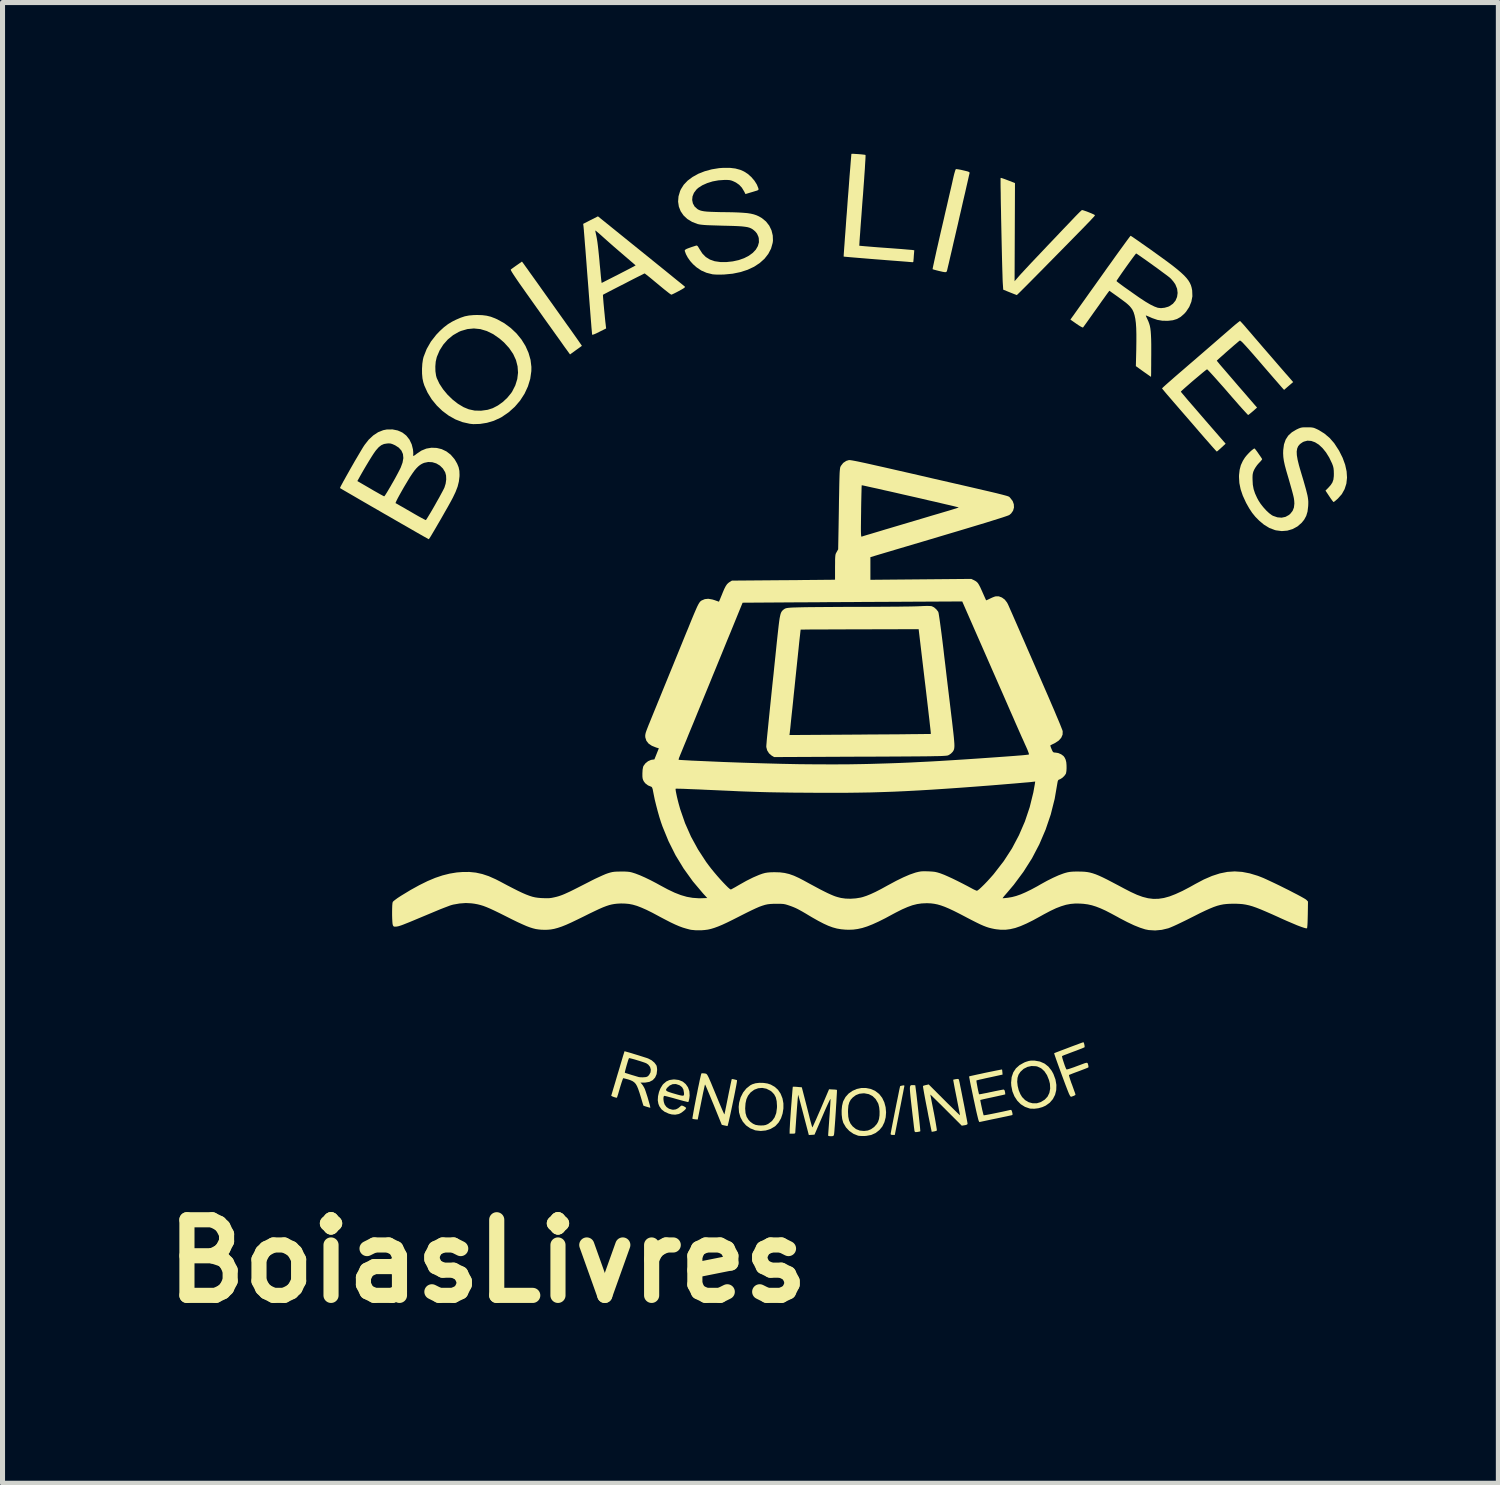
<source format=kicad_pcb>
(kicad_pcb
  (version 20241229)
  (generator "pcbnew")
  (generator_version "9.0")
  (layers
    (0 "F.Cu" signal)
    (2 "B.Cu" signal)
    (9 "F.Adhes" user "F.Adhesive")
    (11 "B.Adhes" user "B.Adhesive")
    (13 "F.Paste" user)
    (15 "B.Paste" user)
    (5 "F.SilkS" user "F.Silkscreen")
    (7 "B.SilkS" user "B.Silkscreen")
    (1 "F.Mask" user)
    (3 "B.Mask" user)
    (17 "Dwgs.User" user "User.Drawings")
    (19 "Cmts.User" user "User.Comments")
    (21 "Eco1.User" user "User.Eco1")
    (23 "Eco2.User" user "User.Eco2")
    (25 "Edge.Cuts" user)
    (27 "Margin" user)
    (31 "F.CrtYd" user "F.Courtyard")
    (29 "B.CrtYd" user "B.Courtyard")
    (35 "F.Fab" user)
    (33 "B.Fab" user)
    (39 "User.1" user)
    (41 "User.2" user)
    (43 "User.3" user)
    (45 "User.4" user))
  (footprint "BoiasLivres"
    (layer "F.Cu")
    (at 13.671 9.733)
    (property "Reference" "BoiasLivres" (at -7.05 12.225 0) (layer "F.SilkS") (effects (font (size 1.5 1.5) (thickness 0.3))))
    (attr board_only exclude_from_pos_files exclude_from_bom)
    (fp_poly (pts (xy 1.212 8.744) (xy 1.21 8.762) (xy 1.206 8.78) (xy 1.198 8.82) (xy 1.187 8.879) (xy 1.172 8.954) (xy 1.155 9.041) (xy 1.136 9.139) (xy 1.115 9.244) (xy 1.113 9.256) (xy 1.022 9.722) (xy 0.98 9.722) (xy 0.95 9.718) (xy 0.939 9.707) (xy 0.939 9.706) (xy 0.941 9.69) (xy 0.948 9.653) (xy 0.958 9.598) (xy 0.971 9.53) (xy 0.987 9.449) (xy 1.004 9.362) (xy 1.022 9.269) (xy 1.041 9.175) (xy 1.059 9.084) (xy 1.077 8.997) (xy 1.093 8.918) (xy 1.106 8.852) (xy 1.117 8.8) (xy 1.125 8.766) (xy 1.128 8.753) (xy 1.142 8.749) (xy 1.17 8.742) (xy 1.174 8.742) (xy 1.202 8.738)) (stroke (width 0) (type solid)) (fill yes) (layer "F.SilkS"))
    (fp_poly (pts (xy 1.386 8.734) (xy 1.414 8.735) (xy 1.427 8.737) (xy 1.428 8.737) (xy 1.43 8.753) (xy 1.435 8.791) (xy 1.442 8.846) (xy 1.451 8.915) (xy 1.46 8.995) (xy 1.47 9.083) (xy 1.48 9.174) (xy 1.49 9.266) (xy 1.499 9.356) (xy 1.508 9.439) (xy 1.516 9.513) (xy 1.522 9.574) (xy 1.526 9.619) (xy 1.528 9.644) (xy 1.527 9.649) (xy 1.512 9.655) (xy 1.48 9.661) (xy 1.468 9.663) (xy 1.436 9.666) (xy 1.42 9.66) (xy 1.412 9.641) (xy 1.41 9.624) (xy 1.407 9.6) (xy 1.401 9.556) (xy 1.394 9.493) (xy 1.385 9.415) (xy 1.374 9.325) (xy 1.363 9.228) (xy 1.356 9.167) (xy 1.343 9.052) (xy 1.333 8.959) (xy 1.326 8.886) (xy 1.322 8.831) (xy 1.321 8.791) (xy 1.324 8.764) (xy 1.33 8.747) (xy 1.34 8.738) (xy 1.354 8.734) (xy 1.372 8.734)) (stroke (width 0) (type solid)) (fill yes) (layer "F.SilkS"))
    (fp_poly (pts (xy -6.34 -7.555) (xy -6.327 -7.537) (xy -6.301 -7.5) (xy -6.263 -7.448) (xy -6.216 -7.381) (xy -6.16 -7.303) (xy -6.097 -7.215) (xy -6.029 -7.12) (xy -5.958 -7.019) (xy -5.949 -7.007) (xy -5.869 -6.894) (xy -5.786 -6.778) (xy -5.702 -6.66) (xy -5.621 -6.546) (xy -5.544 -6.438) (xy -5.475 -6.341) (xy -5.416 -6.259) (xy -5.384 -6.214) (xy -5.331 -6.139) (xy -5.284 -6.072) (xy -5.244 -6.015) (xy -5.212 -5.969) (xy -5.191 -5.938) (xy -5.183 -5.925) (xy -5.183 -5.924) (xy -5.194 -5.917) (xy -5.221 -5.897) (xy -5.26 -5.869) (xy -5.302 -5.839) (xy -5.418 -5.755) (xy -5.493 -5.859) (xy -5.513 -5.886) (xy -5.546 -5.932) (xy -5.59 -5.995) (xy -5.645 -6.072) (xy -5.709 -6.161) (xy -5.781 -6.262) (xy -5.859 -6.371) (xy -5.942 -6.487) (xy -6.028 -6.609) (xy -6.088 -6.693) (xy -6.19 -6.837) (xy -6.279 -6.962) (xy -6.354 -7.069) (xy -6.418 -7.159) (xy -6.47 -7.235) (xy -6.511 -7.296) (xy -6.543 -7.344) (xy -6.567 -7.382) (xy -6.582 -7.408) (xy -6.591 -7.426) (xy -6.593 -7.436) (xy -6.592 -7.439) (xy -6.575 -7.452) (xy -6.542 -7.476) (xy -6.5 -7.506) (xy -6.473 -7.525) (xy -6.371 -7.596)) (stroke (width 0) (type solid)) (fill yes) (layer "F.SilkS"))
    (fp_poly (pts (xy 3.796 8.248) (xy 3.899 8.266) (xy 3.99 8.306) (xy 4.068 8.367) (xy 4.133 8.45) (xy 4.167 8.512) (xy 4.208 8.623) (xy 4.226 8.73) (xy 4.223 8.832) (xy 4.2 8.926) (xy 4.156 9.011) (xy 4.094 9.083) (xy 4.013 9.141) (xy 3.948 9.17) (xy 3.87 9.192) (xy 3.789 9.202) (xy 3.714 9.2) (xy 3.695 9.197) (xy 3.603 9.165) (xy 3.52 9.113) (xy 3.45 9.042) (xy 3.394 8.956) (xy 3.354 8.858) (xy 3.332 8.749) (xy 3.328 8.681) (xy 3.33 8.667) (xy 3.449 8.667) (xy 3.458 8.75) (xy 3.479 8.835) (xy 3.512 8.914) (xy 3.546 8.97) (xy 3.606 9.031) (xy 3.677 9.073) (xy 3.756 9.094) (xy 3.838 9.094) (xy 3.916 9.07) (xy 3.993 9.023) (xy 4.051 8.962) (xy 4.087 8.888) (xy 4.103 8.802) (xy 4.098 8.707) (xy 4.08 8.635) (xy 4.04 8.536) (xy 3.988 8.458) (xy 3.925 8.401) (xy 3.851 8.366) (xy 3.822 8.359) (xy 3.733 8.355) (xy 3.65 8.373) (xy 3.575 8.412) (xy 3.512 8.471) (xy 3.475 8.527) (xy 3.455 8.59) (xy 3.449 8.667) (xy 3.33 8.667) (xy 3.339 8.575) (xy 3.371 8.481) (xy 3.423 8.402) (xy 3.497 8.336) (xy 3.591 8.284) (xy 3.625 8.271) (xy 3.677 8.255) (xy 3.724 8.247) (xy 3.779 8.247)) (stroke (width 0) (type solid)) (fill yes) (layer "F.SilkS"))
    (fp_poly (pts (xy 2.251 -9.429) (xy 2.287 -9.424) (xy 2.336 -9.415) (xy 2.378 -9.405) (xy 2.437 -9.391) (xy 2.474 -9.381) (xy 2.496 -9.371) (xy 2.504 -9.361) (xy 2.505 -9.352) (xy 2.501 -9.336) (xy 2.492 -9.298) (xy 2.479 -9.24) (xy 2.462 -9.165) (xy 2.441 -9.074) (xy 2.418 -8.971) (xy 2.391 -8.857) (xy 2.363 -8.735) (xy 2.334 -8.607) (xy 2.303 -8.475) (xy 2.273 -8.341) (xy 2.242 -8.209) (xy 2.212 -8.079) (xy 2.183 -7.956) (xy 2.157 -7.84) (xy 2.132 -7.734) (xy 2.11 -7.64) (xy 2.092 -7.561) (xy 2.077 -7.499) (xy 2.067 -7.456) (xy 2.062 -7.435) (xy 2.056 -7.411) (xy 2.048 -7.395) (xy 2.034 -7.387) (xy 2.011 -7.387) (xy 1.973 -7.393) (xy 1.916 -7.406) (xy 1.894 -7.411) (xy 1.843 -7.424) (xy 1.802 -7.435) (xy 1.777 -7.443) (xy 1.772 -7.446) (xy 1.773 -7.459) (xy 1.78 -7.494) (xy 1.792 -7.55) (xy 1.808 -7.624) (xy 1.828 -7.715) (xy 1.851 -7.82) (xy 1.878 -7.937) (xy 1.907 -8.065) (xy 1.938 -8.201) (xy 1.959 -8.29) (xy 1.993 -8.436) (xy 2.025 -8.577) (xy 2.057 -8.713) (xy 2.086 -8.84) (xy 2.113 -8.957) (xy 2.137 -9.059) (xy 2.157 -9.146) (xy 2.172 -9.215) (xy 2.183 -9.262) (xy 2.186 -9.276) (xy 2.2 -9.334) (xy 2.214 -9.382) (xy 2.225 -9.416) (xy 2.234 -9.43) (xy 2.234 -9.43)) (stroke (width 0) (type solid)) (fill yes) (layer "F.SilkS"))
    (fp_poly (pts (xy -1.579 8.69) (xy -1.501 8.702) (xy -1.438 8.723) (xy -1.357 8.769) (xy -1.294 8.827) (xy -1.244 8.901) (xy -1.241 8.907) (xy -1.205 8.997) (xy -1.187 9.096) (xy -1.187 9.197) (xy -1.203 9.298) (xy -1.234 9.391) (xy -1.281 9.474) (xy -1.342 9.541) (xy -1.355 9.552) (xy -1.44 9.602) (xy -1.536 9.633) (xy -1.637 9.643) (xy -1.736 9.632) (xy -1.752 9.628) (xy -1.847 9.589) (xy -1.928 9.532) (xy -1.992 9.458) (xy -2.039 9.371) (xy -2.067 9.273) (xy -2.072 9.197) (xy -1.945 9.197) (xy -1.938 9.288) (xy -1.916 9.363) (xy -1.876 9.426) (xy -1.841 9.462) (xy -1.79 9.499) (xy -1.739 9.522) (xy -1.678 9.532) (xy -1.633 9.534) (xy -1.58 9.532) (xy -1.541 9.525) (xy -1.504 9.51) (xy -1.482 9.498) (xy -1.413 9.445) (xy -1.362 9.375) (xy -1.329 9.289) (xy -1.315 9.185) (xy -1.314 9.148) (xy -1.32 9.053) (xy -1.338 8.976) (xy -1.371 8.915) (xy -1.419 8.864) (xy -1.445 8.845) (xy -1.524 8.805) (xy -1.606 8.789) (xy -1.687 8.796) (xy -1.765 8.825) (xy -1.834 8.876) (xy -1.841 8.883) (xy -1.888 8.943) (xy -1.92 9.012) (xy -1.938 9.094) (xy -1.945 9.195) (xy -1.945 9.197) (xy -2.072 9.197) (xy -2.074 9.167) (xy -2.065 9.084) (xy -2.035 8.976) (xy -1.986 8.88) (xy -1.922 8.8) (xy -1.844 8.738) (xy -1.804 8.717) (xy -1.74 8.697) (xy -1.662 8.688)) (stroke (width 0) (type solid)) (fill yes) (layer "F.SilkS"))
    (fp_poly (pts (xy 0.542 8.809) (xy 0.629 8.846) (xy 0.706 8.905) (xy 0.713 8.911) (xy 0.772 8.987) (xy 0.814 9.075) (xy 0.84 9.172) (xy 0.849 9.273) (xy 0.841 9.374) (xy 0.816 9.469) (xy 0.774 9.555) (xy 0.717 9.624) (xy 0.64 9.684) (xy 0.555 9.722) (xy 0.458 9.74) (xy 0.433 9.742) (xy 0.38 9.743) (xy 0.331 9.741) (xy 0.297 9.737) (xy 0.293 9.736) (xy 0.203 9.7) (xy 0.121 9.644) (xy 0.053 9.571) (xy 0.003 9.486) (xy -0.002 9.474) (xy -0.021 9.405) (xy -0.031 9.321) (xy -0.032 9.265) (xy 0.094 9.265) (xy 0.099 9.359) (xy 0.115 9.435) (xy 0.144 9.498) (xy 0.185 9.551) (xy 0.251 9.605) (xy 0.327 9.635) (xy 0.412 9.643) (xy 0.487 9.634) (xy 0.551 9.608) (xy 0.613 9.564) (xy 0.665 9.505) (xy 0.69 9.462) (xy 0.709 9.405) (xy 0.719 9.333) (xy 0.72 9.254) (xy 0.713 9.177) (xy 0.697 9.11) (xy 0.689 9.09) (xy 0.642 9.01) (xy 0.581 8.951) (xy 0.507 8.913) (xy 0.422 8.897) (xy 0.401 8.896) (xy 0.32 8.905) (xy 0.251 8.932) (xy 0.188 8.979) (xy 0.148 9.023) (xy 0.12 9.075) (xy 0.102 9.138) (xy 0.095 9.219) (xy 0.094 9.265) (xy -0.032 9.265) (xy -0.032 9.231) (xy -0.024 9.145) (xy -0.006 9.069) (xy -0.000492 9.053) (xy 0.045 8.969) (xy 0.107 8.9) (xy 0.183 8.847) (xy 0.268 8.81) (xy 0.358 8.791) (xy 0.451 8.791)) (stroke (width 0) (type solid)) (fill yes) (layer "F.SilkS"))
    (fp_poly (pts (xy 2.287 8.616) (xy 2.294 8.629) (xy 2.299 8.65) (xy 2.308 8.69) (xy 2.319 8.748) (xy 2.334 8.819) (xy 2.35 8.9) (xy 2.367 8.987) (xy 2.385 9.077) (xy 2.403 9.167) (xy 2.419 9.253) (xy 2.434 9.332) (xy 2.447 9.399) (xy 2.457 9.452) (xy 2.463 9.487) (xy 2.465 9.5) (xy 2.456 9.515) (xy 2.425 9.526) (xy 2.407 9.529) (xy 2.35 9.538) (xy 2.038 9.226) (xy 1.966 9.154) (xy 1.9 9.089) (xy 1.841 9.031) (xy 1.793 8.984) (xy 1.756 8.948) (xy 1.734 8.927) (xy 1.727 8.921) (xy 1.729 8.935) (xy 1.736 8.97) (xy 1.746 9.023) (xy 1.759 9.091) (xy 1.775 9.171) (xy 1.792 9.26) (xy 1.796 9.277) (xy 1.813 9.368) (xy 1.828 9.45) (xy 1.84 9.521) (xy 1.849 9.577) (xy 1.855 9.616) (xy 1.855 9.635) (xy 1.855 9.635) (xy 1.837 9.643) (xy 1.806 9.651) (xy 1.8 9.652) (xy 1.754 9.66) (xy 1.741 9.6) (xy 1.725 9.522) (xy 1.707 9.434) (xy 1.688 9.341) (xy 1.67 9.244) (xy 1.651 9.148) (xy 1.633 9.056) (xy 1.617 8.97) (xy 1.603 8.894) (xy 1.592 8.831) (xy 1.584 8.784) (xy 1.581 8.757) (xy 1.58 8.751) (xy 1.596 8.744) (xy 1.626 8.735) (xy 1.641 8.732) (xy 1.694 8.72) (xy 2.004 9.03) (xy 2.076 9.102) (xy 2.143 9.167) (xy 2.201 9.224) (xy 2.249 9.271) (xy 2.285 9.306) (xy 2.308 9.326) (xy 2.315 9.331) (xy 2.312 9.317) (xy 2.306 9.281) (xy 2.295 9.228) (xy 2.282 9.159) (xy 2.266 9.079) (xy 2.249 8.99) (xy 2.246 8.976) (xy 2.228 8.886) (xy 2.212 8.805) (xy 2.199 8.736) (xy 2.189 8.681) (xy 2.182 8.643) (xy 2.18 8.627) (xy 2.18 8.627) (xy 2.193 8.623) (xy 2.222 8.617) (xy 2.235 8.615) (xy 2.269 8.611)) (stroke (width 0) (type solid)) (fill yes) (layer "F.SilkS"))
    (fp_poly (pts (xy -3.261 8.632) (xy -3.185 8.663) (xy -3.124 8.713) (xy -3.079 8.777) (xy -3.052 8.853) (xy -3.046 8.94) (xy -3.052 8.991) (xy -3.06 9.031) (xy -3.068 9.06) (xy -3.072 9.069) (xy -3.085 9.068) (xy -3.118 9.06) (xy -3.168 9.048) (xy -3.231 9.031) (xy -3.302 9.011) (xy -3.303 9.011) (xy -3.375 8.99) (xy -3.439 8.973) (xy -3.492 8.959) (xy -3.53 8.95) (xy -3.547 8.946) (xy -3.56 8.957) (xy -3.566 8.986) (xy -3.565 9.025) (xy -3.558 9.07) (xy -3.544 9.112) (xy -3.542 9.118) (xy -3.506 9.167) (xy -3.455 9.202) (xy -3.393 9.22) (xy -3.372 9.222) (xy -3.32 9.215) (xy -3.274 9.192) (xy -3.239 9.163) (xy -3.217 9.144) (xy -3.2 9.139) (xy -3.176 9.147) (xy -3.161 9.154) (xy -3.132 9.171) (xy -3.117 9.185) (xy -3.116 9.188) (xy -3.125 9.208) (xy -3.151 9.235) (xy -3.186 9.263) (xy -3.223 9.288) (xy -3.257 9.305) (xy -3.262 9.307) (xy -3.332 9.32) (xy -3.401 9.315) (xy -3.461 9.299) (xy -3.543 9.262) (xy -3.603 9.215) (xy -3.646 9.154) (xy -3.666 9.104) (xy -3.678 9.034) (xy -3.673 8.954) (xy -3.654 8.871) (xy -3.637 8.827) (xy -3.515 8.827) (xy -3.508 8.844) (xy -3.485 8.859) (xy -3.444 8.875) (xy -3.381 8.895) (xy -3.363 8.9) (xy -3.287 8.922) (xy -3.233 8.936) (xy -3.196 8.943) (xy -3.173 8.943) (xy -3.161 8.934) (xy -3.157 8.917) (xy -3.158 8.892) (xy -3.159 8.883) (xy -3.17 8.821) (xy -3.196 8.775) (xy -3.241 8.74) (xy -3.253 8.734) (xy -3.319 8.712) (xy -3.384 8.715) (xy -3.443 8.742) (xy -3.487 8.782) (xy -3.507 8.808) (xy -3.515 8.827) (xy -3.637 8.827) (xy -3.623 8.794) (xy -3.582 8.728) (xy -3.566 8.71) (xy -3.508 8.661) (xy -3.446 8.633) (xy -3.372 8.622) (xy -3.348 8.621)) (stroke (width 0) (type solid)) (fill yes) (layer "F.SilkS"))
    (fp_poly (pts (xy 0.205 -9.733) (xy 0.249 -9.73) (xy 0.299 -9.727) (xy 0.349 -9.723) (xy 0.394 -9.718) (xy 0.427 -9.714) (xy 0.441 -9.71) (xy 0.442 -9.697) (xy 0.441 -9.66) (xy 0.438 -9.602) (xy 0.433 -9.526) (xy 0.428 -9.433) (xy 0.42 -9.324) (xy 0.412 -9.203) (xy 0.402 -9.071) (xy 0.392 -8.929) (xy 0.382 -8.808) (xy 0.371 -8.661) (xy 0.361 -8.522) (xy 0.351 -8.392) (xy 0.342 -8.273) (xy 0.335 -8.168) (xy 0.328 -8.078) (xy 0.323 -8.005) (xy 0.32 -7.952) (xy 0.318 -7.92) (xy 0.318 -7.911) (xy 0.331 -7.909) (xy 0.366 -7.906) (xy 0.421 -7.901) (xy 0.493 -7.895) (xy 0.579 -7.888) (xy 0.677 -7.88) (xy 0.784 -7.872) (xy 0.827 -7.869) (xy 0.939 -7.861) (xy 1.043 -7.853) (xy 1.139 -7.846) (xy 1.221 -7.839) (xy 1.289 -7.833) (xy 1.338 -7.829) (xy 1.366 -7.827) (xy 1.37 -7.826) (xy 1.408 -7.82) (xy 1.399 -7.711) (xy 1.396 -7.661) (xy 1.392 -7.62) (xy 1.39 -7.596) (xy 1.39 -7.592) (xy 1.379 -7.584) (xy 1.373 -7.584) (xy 1.358 -7.585) (xy 1.32 -7.588) (xy 1.262 -7.593) (xy 1.187 -7.599) (xy 1.095 -7.606) (xy 0.99 -7.614) (xy 0.875 -7.623) (xy 0.751 -7.633) (xy 0.685 -7.638) (xy 0.558 -7.648) (xy 0.438 -7.658) (xy 0.329 -7.667) (xy 0.232 -7.675) (xy 0.149 -7.682) (xy 0.083 -7.688) (xy 0.037 -7.692) (xy 0.011 -7.695) (xy 0.008 -7.696) (xy 0.008 -7.709) (xy 0.01 -7.744) (xy 0.014 -7.8) (xy 0.019 -7.874) (xy 0.026 -7.964) (xy 0.033 -8.067) (xy 0.042 -8.182) (xy 0.051 -8.306) (xy 0.06 -8.437) (xy 0.071 -8.572) (xy 0.081 -8.71) (xy 0.091 -8.848) (xy 0.102 -8.983) (xy 0.112 -9.114) (xy 0.121 -9.239) (xy 0.13 -9.354) (xy 0.139 -9.459) (xy 0.146 -9.549) (xy 0.152 -9.624) (xy 0.157 -9.681) (xy 0.16 -9.718) (xy 0.161 -9.732) (xy 0.161 -9.732) (xy 0.174 -9.733)) (stroke (width 0) (type solid)) (fill yes) (layer "F.SilkS"))
    (fp_poly (pts (xy 3.134 -9.254) (xy 3.166 -9.244) (xy 3.211 -9.228) (xy 3.266 -9.207) (xy 3.266 -9.207) (xy 3.405 -9.153) (xy 3.401 -8.18) (xy 3.397 -7.207) (xy 3.46 -7.279) (xy 3.491 -7.315) (xy 3.526 -7.354) (xy 3.567 -7.398) (xy 3.615 -7.45) (xy 3.671 -7.51) (xy 3.737 -7.581) (xy 3.816 -7.664) (xy 3.908 -7.761) (xy 4.015 -7.874) (xy 4.042 -7.903) (xy 4.125 -7.99) (xy 4.211 -8.08) (xy 4.295 -8.169) (xy 4.375 -8.253) (xy 4.448 -8.329) (xy 4.509 -8.393) (xy 4.547 -8.433) (xy 4.6 -8.489) (xy 4.648 -8.538) (xy 4.688 -8.578) (xy 4.717 -8.605) (xy 4.732 -8.618) (xy 4.733 -8.618) (xy 4.751 -8.615) (xy 4.785 -8.604) (xy 4.829 -8.589) (xy 4.877 -8.57) (xy 4.923 -8.551) (xy 4.961 -8.534) (xy 4.985 -8.521) (xy 4.99 -8.517) (xy 4.99 -8.513) (xy 4.986 -8.507) (xy 4.979 -8.496) (xy 4.966 -8.481) (xy 4.946 -8.46) (xy 4.92 -8.432) (xy 4.886 -8.395) (xy 4.842 -8.35) (xy 4.789 -8.295) (xy 4.725 -8.229) (xy 4.648 -8.151) (xy 4.559 -8.06) (xy 4.456 -7.955) (xy 4.339 -7.836) (xy 4.205 -7.7) (xy 4.074 -7.567) (xy 3.971 -7.462) (xy 3.873 -7.363) (xy 3.781 -7.27) (xy 3.698 -7.186) (xy 3.624 -7.112) (xy 3.56 -7.048) (xy 3.509 -6.997) (xy 3.471 -6.96) (xy 3.448 -6.938) (xy 3.442 -6.932) (xy 3.428 -6.937) (xy 3.396 -6.949) (xy 3.351 -6.967) (xy 3.303 -6.986) (xy 3.172 -7.039) (xy 3.163 -7.17) (xy 3.161 -7.206) (xy 3.159 -7.263) (xy 3.157 -7.338) (xy 3.154 -7.429) (xy 3.151 -7.534) (xy 3.148 -7.65) (xy 3.145 -7.775) (xy 3.142 -7.908) (xy 3.139 -8.046) (xy 3.136 -8.186) (xy 3.133 -8.326) (xy 3.13 -8.464) (xy 3.128 -8.599) (xy 3.125 -8.727) (xy 3.123 -8.846) (xy 3.122 -8.954) (xy 3.12 -9.049) (xy 3.119 -9.129) (xy 3.119 -9.191) (xy 3.119 -9.234) (xy 3.12 -9.254) (xy 3.12 -9.255)) (stroke (width 0) (type solid)) (fill yes) (layer "F.SilkS"))
    (fp_poly (pts (xy 4.77 7.894) (xy 4.778 7.919) (xy 4.784 7.949) (xy 4.786 7.974) (xy 4.784 7.983) (xy 4.769 7.99) (xy 4.735 8.005) (xy 4.685 8.024) (xy 4.624 8.048) (xy 4.561 8.071) (xy 4.492 8.097) (xy 4.432 8.12) (xy 4.383 8.138) (xy 4.351 8.152) (xy 4.338 8.158) (xy 4.339 8.172) (xy 4.346 8.203) (xy 4.359 8.246) (xy 4.375 8.294) (xy 4.391 8.342) (xy 4.407 8.384) (xy 4.42 8.413) (xy 4.427 8.423) (xy 4.441 8.422) (xy 4.474 8.413) (xy 4.522 8.397) (xy 4.58 8.377) (xy 4.611 8.365) (xy 4.69 8.336) (xy 4.748 8.314) (xy 4.789 8.299) (xy 4.817 8.292) (xy 4.833 8.291) (xy 4.843 8.296) (xy 4.848 8.306) (xy 4.853 8.321) (xy 4.855 8.328) (xy 4.862 8.359) (xy 4.861 8.38) (xy 4.859 8.383) (xy 4.844 8.39) (xy 4.81 8.404) (xy 4.761 8.423) (xy 4.701 8.446) (xy 4.667 8.459) (xy 4.604 8.482) (xy 4.549 8.503) (xy 4.507 8.52) (xy 4.481 8.53) (xy 4.476 8.533) (xy 4.477 8.547) (xy 4.486 8.58) (xy 4.501 8.628) (xy 4.521 8.687) (xy 4.536 8.725) (xy 4.559 8.789) (xy 4.579 8.845) (xy 4.595 8.888) (xy 4.603 8.915) (xy 4.605 8.922) (xy 4.597 8.933) (xy 4.572 8.946) (xy 4.527 8.962) (xy 4.522 8.964) (xy 4.515 8.964) (xy 4.508 8.96) (xy 4.499 8.949) (xy 4.488 8.93) (xy 4.473 8.899) (xy 4.455 8.854) (xy 4.432 8.795) (xy 4.402 8.717) (xy 4.366 8.62) (xy 4.336 8.539) (xy 4.3 8.441) (xy 4.267 8.35) (xy 4.238 8.27) (xy 4.214 8.202) (xy 4.196 8.149) (xy 4.185 8.115) (xy 4.182 8.101) (xy 4.182 8.101) (xy 4.194 8.096) (xy 4.226 8.083) (xy 4.274 8.065) (xy 4.333 8.042) (xy 4.4 8.017) (xy 4.471 7.99) (xy 4.542 7.963) (xy 4.61 7.938) (xy 4.669 7.916) (xy 4.717 7.898) (xy 4.749 7.887) (xy 4.762 7.883)) (stroke (width 0) (type solid)) (fill yes) (layer "F.SilkS"))
    (fp_poly (pts (xy -2.765 8.5) (xy -2.752 8.502) (xy -2.738 8.504) (xy -2.727 8.506) (xy -2.717 8.51) (xy -2.707 8.518) (xy -2.696 8.532) (xy -2.683 8.555) (xy -2.666 8.589) (xy -2.646 8.635) (xy -2.62 8.695) (xy -2.588 8.773) (xy -2.548 8.869) (xy -2.501 8.983) (xy -2.466 9.068) (xy -2.433 9.146) (xy -2.405 9.212) (xy -2.382 9.263) (xy -2.366 9.298) (xy -2.357 9.314) (xy -2.356 9.314) (xy -2.353 9.299) (xy -2.345 9.263) (xy -2.334 9.209) (xy -2.32 9.14) (xy -2.304 9.06) (xy -2.286 8.971) (xy -2.284 8.96) (xy -2.266 8.871) (xy -2.249 8.79) (xy -2.235 8.721) (xy -2.223 8.666) (xy -2.215 8.63) (xy -2.211 8.614) (xy -2.211 8.613) (xy -2.198 8.614) (xy -2.171 8.618) (xy -2.14 8.626) (xy -2.115 8.633) (xy -2.107 8.637) (xy -2.107 8.651) (xy -2.112 8.686) (xy -2.121 8.738) (xy -2.134 8.805) (xy -2.149 8.883) (xy -2.166 8.968) (xy -2.185 9.058) (xy -2.204 9.149) (xy -2.223 9.239) (xy -2.241 9.322) (xy -2.258 9.397) (xy -2.272 9.461) (xy -2.284 9.508) (xy -2.292 9.538) (xy -2.296 9.546) (xy -2.315 9.542) (xy -2.348 9.535) (xy -2.359 9.533) (xy -2.409 9.521) (xy -2.571 9.121) (xy -2.61 9.028) (xy -2.645 8.942) (xy -2.677 8.866) (xy -2.703 8.804) (xy -2.723 8.757) (xy -2.736 8.729) (xy -2.74 8.721) (xy -2.745 8.733) (xy -2.753 8.766) (xy -2.764 8.818) (xy -2.779 8.885) (xy -2.795 8.964) (xy -2.813 9.052) (xy -2.816 9.068) (xy -2.886 9.416) (xy -2.934 9.412) (xy -2.967 9.408) (xy -2.989 9.402) (xy -2.991 9.4) (xy -2.991 9.386) (xy -2.985 9.351) (xy -2.976 9.299) (xy -2.964 9.231) (xy -2.95 9.153) (xy -2.933 9.067) (xy -2.916 8.977) (xy -2.897 8.886) (xy -2.88 8.797) (xy -2.862 8.714) (xy -2.847 8.64) (xy -2.833 8.579) (xy -2.822 8.533) (xy -2.815 8.507) (xy -2.813 8.502) (xy -2.796 8.499)) (stroke (width 0) (type solid)) (fill yes) (layer "F.SilkS"))
    (fp_poly (pts (xy -7.16 -6.534) (xy -7.072 -6.523) (xy -6.99 -6.503) (xy -6.906 -6.471) (xy -6.861 -6.451) (xy -6.72 -6.373) (xy -6.592 -6.278) (xy -6.478 -6.17) (xy -6.381 -6.051) (xy -6.301 -5.922) (xy -6.241 -5.787) (xy -6.201 -5.648) (xy -6.184 -5.508) (xy -6.185 -5.425) (xy -6.207 -5.27) (xy -6.253 -5.12) (xy -6.32 -4.976) (xy -6.407 -4.841) (xy -6.513 -4.717) (xy -6.636 -4.607) (xy -6.773 -4.513) (xy -6.807 -4.495) (xy -6.93 -4.439) (xy -7.065 -4.399) (xy -7.203 -4.377) (xy -7.338 -4.373) (xy -7.405 -4.38) (xy -7.549 -4.412) (xy -7.689 -4.466) (xy -7.823 -4.541) (xy -7.948 -4.634) (xy -8.061 -4.743) (xy -8.161 -4.865) (xy -8.243 -4.998) (xy -8.307 -5.139) (xy -8.328 -5.205) (xy -8.344 -5.281) (xy -8.352 -5.373) (xy -8.353 -5.472) (xy -8.35 -5.517) (xy -8.089 -5.517) (xy -8.087 -5.421) (xy -8.074 -5.333) (xy -8.061 -5.287) (xy -8.008 -5.174) (xy -7.935 -5.063) (xy -7.847 -4.957) (xy -7.747 -4.86) (xy -7.64 -4.776) (xy -7.528 -4.709) (xy -7.426 -4.667) (xy -7.31 -4.642) (xy -7.183 -4.639) (xy -7.051 -4.657) (xy -6.951 -4.689) (xy -6.849 -4.742) (xy -6.752 -4.811) (xy -6.663 -4.894) (xy -6.588 -4.985) (xy -6.566 -5.017) (xy -6.503 -5.141) (xy -6.464 -5.267) (xy -6.449 -5.393) (xy -6.458 -5.519) (xy -6.49 -5.644) (xy -6.546 -5.765) (xy -6.625 -5.881) (xy -6.727 -5.993) (xy -6.815 -6.069) (xy -6.941 -6.157) (xy -7.068 -6.219) (xy -7.196 -6.257) (xy -7.324 -6.27) (xy -7.452 -6.258) (xy -7.579 -6.221) (xy -7.624 -6.202) (xy -7.737 -6.137) (xy -7.841 -6.052) (xy -7.931 -5.95) (xy -8.004 -5.835) (xy -8.057 -5.711) (xy -8.061 -5.699) (xy -8.081 -5.613) (xy -8.089 -5.517) (xy -8.35 -5.517) (xy -8.347 -5.57) (xy -8.334 -5.658) (xy -8.322 -5.706) (xy -8.261 -5.862) (xy -8.177 -6.009) (xy -8.071 -6.145) (xy -7.999 -6.22) (xy -7.917 -6.295) (xy -7.838 -6.355) (xy -7.756 -6.405) (xy -7.68 -6.443) (xy -7.587 -6.483) (xy -7.504 -6.511) (xy -7.422 -6.527) (xy -7.331 -6.535) (xy -7.263 -6.537)) (stroke (width 0) (type solid)) (fill yes) (layer "F.SilkS"))
    (fp_poly (pts (xy -0.954 8.766) (xy -0.91 8.769) (xy -0.908 8.77) (xy -0.822 8.777) (xy -0.77 8.978) (xy -0.747 9.067) (xy -0.721 9.168) (xy -0.695 9.27) (xy -0.672 9.361) (xy -0.669 9.375) (xy -0.652 9.441) (xy -0.636 9.498) (xy -0.624 9.541) (xy -0.615 9.567) (xy -0.612 9.572) (xy -0.606 9.561) (xy -0.591 9.529) (xy -0.569 9.48) (xy -0.54 9.416) (xy -0.507 9.34) (xy -0.469 9.254) (xy -0.443 9.194) (xy -0.282 8.816) (xy -0.206 8.82) (xy -0.166 8.822) (xy -0.136 8.826) (xy -0.126 8.829) (xy -0.125 8.842) (xy -0.126 8.877) (xy -0.129 8.93) (xy -0.133 8.997) (xy -0.137 9.075) (xy -0.143 9.162) (xy -0.148 9.252) (xy -0.154 9.343) (xy -0.16 9.432) (xy -0.166 9.514) (xy -0.172 9.587) (xy -0.176 9.646) (xy -0.18 9.689) (xy -0.183 9.712) (xy -0.183 9.713) (xy -0.19 9.734) (xy -0.204 9.744) (xy -0.233 9.747) (xy -0.245 9.747) (xy -0.278 9.745) (xy -0.298 9.739) (xy -0.3 9.736) (xy -0.299 9.721) (xy -0.297 9.684) (xy -0.293 9.629) (xy -0.288 9.559) (xy -0.282 9.477) (xy -0.276 9.387) (xy -0.275 9.377) (xy -0.268 9.285) (xy -0.263 9.201) (xy -0.258 9.128) (xy -0.255 9.069) (xy -0.253 9.028) (xy -0.253 9.008) (xy -0.253 9.008) (xy -0.258 9.014) (xy -0.273 9.04) (xy -0.294 9.084) (xy -0.322 9.144) (xy -0.355 9.217) (xy -0.391 9.3) (xy -0.413 9.351) (xy -0.57 9.716) (xy -0.627 9.72) (xy -0.683 9.723) (xy -0.788 9.322) (xy -0.813 9.226) (xy -0.836 9.139) (xy -0.856 9.063) (xy -0.873 9.001) (xy -0.886 8.955) (xy -0.894 8.93) (xy -0.896 8.924) (xy -0.897 8.937) (xy -0.9 8.971) (xy -0.905 9.022) (xy -0.91 9.088) (xy -0.916 9.163) (xy -0.922 9.244) (xy -0.928 9.328) (xy -0.934 9.41) (xy -0.939 9.488) (xy -0.944 9.557) (xy -0.948 9.613) (xy -0.95 9.653) (xy -0.951 9.672) (xy -0.955 9.688) (xy -0.97 9.695) (xy -1.004 9.697) (xy -1.007 9.697) (xy -1.064 9.697) (xy -1.063 9.631) (xy -1.062 9.601) (xy -1.059 9.552) (xy -1.056 9.488) (xy -1.051 9.412) (xy -1.045 9.327) (xy -1.039 9.238) (xy -1.032 9.148) (xy -1.025 9.059) (xy -1.019 8.976) (xy -1.013 8.903) (xy -1.008 8.841) (xy -1.004 8.796) (xy -1.001 8.771) (xy -1 8.766) (xy -0.986 8.765)) (stroke (width 0) (type solid)) (fill yes) (layer "F.SilkS"))
    (fp_poly (pts (xy 3.151 8.437) (xy 3.154 8.466) (xy 3.155 8.476) (xy 3.159 8.525) (xy 2.903 8.581) (xy 2.826 8.597) (xy 2.758 8.613) (xy 2.702 8.625) (xy 2.662 8.635) (xy 2.642 8.641) (xy 2.64 8.642) (xy 2.641 8.655) (xy 2.645 8.686) (xy 2.653 8.73) (xy 2.662 8.78) (xy 2.672 8.83) (xy 2.682 8.873) (xy 2.689 8.904) (xy 2.694 8.916) (xy 2.706 8.915) (xy 2.74 8.909) (xy 2.79 8.899) (xy 2.853 8.887) (xy 2.925 8.871) (xy 2.928 8.871) (xy 3.002 8.855) (xy 3.068 8.842) (xy 3.123 8.831) (xy 3.161 8.824) (xy 3.18 8.821) (xy 3.18 8.821) (xy 3.197 8.833) (xy 3.207 8.867) (xy 3.207 8.867) (xy 3.211 8.898) (xy 3.212 8.916) (xy 3.211 8.917) (xy 3.198 8.921) (xy 3.165 8.929) (xy 3.114 8.94) (xy 3.051 8.954) (xy 2.977 8.97) (xy 2.964 8.973) (xy 2.89 8.989) (xy 2.824 9.003) (xy 2.771 9.015) (xy 2.734 9.024) (xy 2.718 9.028) (xy 2.717 9.028) (xy 2.718 9.041) (xy 2.724 9.072) (xy 2.733 9.117) (xy 2.744 9.168) (xy 2.755 9.221) (xy 2.767 9.269) (xy 2.776 9.307) (xy 2.783 9.329) (xy 2.785 9.333) (xy 2.797 9.331) (xy 2.83 9.326) (xy 2.88 9.317) (xy 2.941 9.305) (xy 3.01 9.291) (xy 3.083 9.276) (xy 3.155 9.261) (xy 3.223 9.246) (xy 3.282 9.233) (xy 3.311 9.226) (xy 3.329 9.226) (xy 3.34 9.24) (xy 3.35 9.272) (xy 3.357 9.307) (xy 3.354 9.325) (xy 3.349 9.328) (xy 3.333 9.332) (xy 3.296 9.34) (xy 3.242 9.352) (xy 3.174 9.366) (xy 3.095 9.383) (xy 3.028 9.397) (xy 2.943 9.414) (xy 2.865 9.431) (xy 2.799 9.445) (xy 2.747 9.456) (xy 2.714 9.463) (xy 2.703 9.466) (xy 2.697 9.463) (xy 2.69 9.451) (xy 2.681 9.428) (xy 2.671 9.39) (xy 2.658 9.337) (xy 2.641 9.266) (xy 2.621 9.175) (xy 2.597 9.063) (xy 2.587 9.019) (xy 2.566 8.916) (xy 2.546 8.821) (xy 2.528 8.737) (xy 2.514 8.666) (xy 2.504 8.611) (xy 2.497 8.576) (xy 2.496 8.561) (xy 2.496 8.561) (xy 2.509 8.557) (xy 2.542 8.549) (xy 2.592 8.538) (xy 2.655 8.524) (xy 2.727 8.509) (xy 2.803 8.492) (xy 2.88 8.476) (xy 2.955 8.461) (xy 3.022 8.447) (xy 3.079 8.436) (xy 3.121 8.428) (xy 3.144 8.424) (xy 3.148 8.424)) (stroke (width 0) (type solid)) (fill yes) (layer "F.SilkS"))
    (fp_poly (pts (xy -4.325 8.065) (xy -4.293 8.074) (xy -4.246 8.087) (xy -4.189 8.104) (xy -4.125 8.124) (xy -4.059 8.144) (xy -3.996 8.164) (xy -3.94 8.182) (xy -3.895 8.196) (xy -3.866 8.207) (xy -3.799 8.242) (xy -3.743 8.29) (xy -3.705 8.342) (xy -3.697 8.37) (xy -3.692 8.411) (xy -3.691 8.433) (xy -3.701 8.516) (xy -3.731 8.584) (xy -3.778 8.635) (xy -3.843 8.669) (xy -3.923 8.683) (xy -3.943 8.684) (xy -4.021 8.684) (xy -3.995 8.712) (xy -3.973 8.741) (xy -3.95 8.78) (xy -3.944 8.791) (xy -3.932 8.818) (xy -3.917 8.861) (xy -3.9 8.914) (xy -3.881 8.972) (xy -3.864 9.031) (xy -3.848 9.087) (xy -3.835 9.133) (xy -3.828 9.167) (xy -3.826 9.183) (xy -3.827 9.183) (xy -3.843 9.179) (xy -3.874 9.17) (xy -3.898 9.163) (xy -3.933 9.152) (xy -3.957 9.144) (xy -3.962 9.142) (xy -3.966 9.13) (xy -3.976 9.099) (xy -3.99 9.052) (xy -4.007 8.995) (xy -4.01 8.984) (xy -4.04 8.887) (xy -4.066 8.811) (xy -4.09 8.753) (xy -4.116 8.709) (xy -4.145 8.678) (xy -4.18 8.654) (xy -4.223 8.635) (xy -4.265 8.621) (xy -4.309 8.609) (xy -4.344 8.6) (xy -4.362 8.596) (xy -4.362 8.596) (xy -4.369 8.607) (xy -4.381 8.639) (xy -4.397 8.686) (xy -4.416 8.746) (xy -4.429 8.79) (xy -4.448 8.855) (xy -4.464 8.911) (xy -4.478 8.954) (xy -4.486 8.979) (xy -4.489 8.984) (xy -4.515 8.98) (xy -4.548 8.97) (xy -4.578 8.958) (xy -4.598 8.947) (xy -4.601 8.942) (xy -4.596 8.927) (xy -4.585 8.891) (xy -4.569 8.836) (xy -4.548 8.766) (xy -4.523 8.683) (xy -4.496 8.59) (xy -4.468 8.496) (xy -4.465 8.487) (xy -4.331 8.487) (xy -4.331 8.488) (xy -4.317 8.494) (xy -4.284 8.504) (xy -4.24 8.518) (xy -4.189 8.534) (xy -4.138 8.549) (xy -4.092 8.563) (xy -4.058 8.573) (xy -4.048 8.575) (xy -4.021 8.578) (xy -3.981 8.579) (xy -3.955 8.578) (xy -3.912 8.574) (xy -3.884 8.564) (xy -3.861 8.544) (xy -3.851 8.533) (xy -3.822 8.481) (xy -3.816 8.426) (xy -3.831 8.373) (xy -3.866 8.328) (xy -3.902 8.303) (xy -3.927 8.292) (xy -3.967 8.278) (xy -4.018 8.261) (xy -4.074 8.244) (xy -4.129 8.227) (xy -4.18 8.213) (xy -4.22 8.203) (xy -4.244 8.198) (xy -4.248 8.198) (xy -4.255 8.213) (xy -4.267 8.246) (xy -4.28 8.29) (xy -4.295 8.34) (xy -4.309 8.391) (xy -4.321 8.436) (xy -4.329 8.47) (xy -4.331 8.487) (xy -4.465 8.487) (xy -4.438 8.397) (xy -4.411 8.305) (xy -4.387 8.225) (xy -4.367 8.157) (xy -4.351 8.106) (xy -4.341 8.074) (xy -4.338 8.062)) (stroke (width 0) (type solid)) (fill yes) (layer "F.SilkS"))
    (fp_poly (pts (xy -4.012 -7.805) (xy -3.884 -7.702) (xy -3.762 -7.603) (xy -3.647 -7.51) (xy -3.54 -7.424) (xy -3.443 -7.345) (xy -3.357 -7.275) (xy -3.283 -7.215) (xy -3.223 -7.167) (xy -3.179 -7.131) (xy -3.151 -7.108) (xy -3.142 -7.101) (xy -3.139 -7.092) (xy -3.146 -7.081) (xy -3.169 -7.064) (xy -3.208 -7.041) (xy -3.259 -7.013) (xy -3.312 -6.985) (xy -3.358 -6.962) (xy -3.392 -6.946) (xy -3.409 -6.94) (xy -3.409 -6.94) (xy -3.422 -6.947) (xy -3.452 -6.968) (xy -3.495 -7.002) (xy -3.55 -7.045) (xy -3.613 -7.097) (xy -3.678 -7.151) (xy -3.746 -7.207) (xy -3.807 -7.258) (xy -3.86 -7.301) (xy -3.902 -7.334) (xy -3.929 -7.355) (xy -3.94 -7.361) (xy -3.953 -7.355) (xy -3.984 -7.339) (xy -4.032 -7.315) (xy -4.094 -7.284) (xy -4.165 -7.248) (xy -4.243 -7.208) (xy -4.325 -7.165) (xy -4.408 -7.123) (xy -4.49 -7.081) (xy -4.566 -7.042) (xy -4.634 -7.007) (xy -4.691 -6.977) (xy -4.734 -6.955) (xy -4.759 -6.941) (xy -4.765 -6.937) (xy -4.765 -6.925) (xy -4.763 -6.891) (xy -4.759 -6.84) (xy -4.754 -6.777) (xy -4.747 -6.704) (xy -4.74 -6.627) (xy -4.732 -6.549) (xy -4.725 -6.474) (xy -4.718 -6.406) (xy -4.711 -6.349) (xy -4.709 -6.329) (xy -4.702 -6.27) (xy -4.841 -6.201) (xy -4.899 -6.172) (xy -4.944 -6.153) (xy -4.972 -6.145) (xy -4.98 -6.147) (xy -4.982 -6.168) (xy -4.985 -6.203) (xy -4.987 -6.225) (xy -4.989 -6.247) (xy -4.993 -6.292) (xy -4.998 -6.358) (xy -5.005 -6.443) (xy -5.013 -6.545) (xy -5.022 -6.661) (xy -5.032 -6.789) (xy -5.043 -6.928) (xy -5.054 -7.076) (xy -5.066 -7.229) (xy -5.068 -7.251) (xy -5.08 -7.405) (xy -5.091 -7.554) (xy -5.102 -7.694) (xy -5.112 -7.825) (xy -5.122 -7.943) (xy -5.13 -8.047) (xy -5.137 -8.134) (xy -5.143 -8.203) (xy -5.143 -8.212) (xy -4.917 -8.212) (xy -4.915 -8.195) (xy -4.908 -8.16) (xy -4.898 -8.114) (xy -4.893 -8.089) (xy -4.885 -8.046) (xy -4.875 -7.983) (xy -4.865 -7.904) (xy -4.855 -7.814) (xy -4.845 -7.718) (xy -4.836 -7.626) (xy -4.828 -7.532) (xy -4.819 -7.444) (xy -4.812 -7.366) (xy -4.806 -7.3) (xy -4.801 -7.252) (xy -4.798 -7.225) (xy -4.798 -7.224) (xy -4.791 -7.172) (xy -4.532 -7.304) (xy -4.453 -7.344) (xy -4.376 -7.384) (xy -4.306 -7.42) (xy -4.248 -7.45) (xy -4.206 -7.472) (xy -4.195 -7.478) (xy -4.117 -7.521) (xy -4.395 -7.76) (xy -4.474 -7.828) (xy -4.553 -7.896) (xy -4.629 -7.963) (xy -4.697 -8.023) (xy -4.754 -8.074) (xy -4.795 -8.111) (xy -4.84 -8.151) (xy -4.878 -8.183) (xy -4.904 -8.205) (xy -4.917 -8.212) (xy -4.917 -8.212) (xy -5.143 -8.212) (xy -5.147 -8.252) (xy -5.149 -8.277) (xy -5.149 -8.279) (xy -5.157 -8.344) (xy -5.011 -8.419) (xy -4.864 -8.493)) (stroke (width 0) (type solid)) (fill yes) (layer "F.SilkS"))
    (fp_poly (pts (xy -2.141 -9.442) (xy -2.041 -9.415) (xy -1.967 -9.382) (xy -1.894 -9.335) (xy -1.824 -9.273) (xy -1.762 -9.201) (xy -1.714 -9.125) (xy -1.684 -9.051) (xy -1.683 -9.046) (xy -1.68 -9.027) (xy -1.687 -9.015) (xy -1.708 -9.005) (xy -1.748 -8.993) (xy -1.8 -8.977) (xy -1.854 -8.961) (xy -1.88 -8.953) (xy -1.939 -8.935) (xy -1.966 -8.988) (xy -2.011 -9.062) (xy -2.063 -9.118) (xy -2.127 -9.163) (xy -2.149 -9.174) (xy -2.19 -9.193) (xy -2.223 -9.205) (xy -2.257 -9.212) (xy -2.301 -9.215) (xy -2.358 -9.215) (xy -2.475 -9.207) (xy -2.59 -9.186) (xy -2.699 -9.152) (xy -2.795 -9.109) (xy -2.876 -9.057) (xy -2.911 -9.025) (xy -2.961 -8.959) (xy -2.989 -8.889) (xy -2.996 -8.818) (xy -2.982 -8.75) (xy -2.948 -8.688) (xy -2.893 -8.638) (xy -2.867 -8.623) (xy -2.839 -8.611) (xy -2.803 -8.601) (xy -2.759 -8.593) (xy -2.703 -8.587) (xy -2.632 -8.583) (xy -2.544 -8.58) (xy -2.435 -8.577) (xy -2.341 -8.576) (xy -2.201 -8.574) (xy -2.084 -8.57) (xy -1.985 -8.564) (xy -1.902 -8.557) (xy -1.832 -8.546) (xy -1.773 -8.532) (xy -1.72 -8.514) (xy -1.672 -8.492) (xy -1.625 -8.465) (xy -1.612 -8.457) (xy -1.532 -8.391) (xy -1.468 -8.309) (xy -1.423 -8.216) (xy -1.398 -8.114) (xy -1.394 -8.01) (xy -1.4 -7.967) (xy -1.432 -7.853) (xy -1.487 -7.748) (xy -1.562 -7.652) (xy -1.656 -7.568) (xy -1.768 -7.494) (xy -1.896 -7.434) (xy -2.038 -7.388) (xy -2.193 -7.356) (xy -2.359 -7.34) (xy -2.377 -7.339) (xy -2.444 -7.338) (xy -2.507 -7.338) (xy -2.56 -7.341) (xy -2.593 -7.344) (xy -2.712 -7.374) (xy -2.815 -7.419) (xy -2.909 -7.482) (xy -2.981 -7.546) (xy -3.035 -7.607) (xy -3.083 -7.675) (xy -3.119 -7.742) (xy -3.141 -7.802) (xy -3.143 -7.813) (xy -3.141 -7.824) (xy -3.128 -7.835) (xy -3.103 -7.849) (xy -3.061 -7.865) (xy -3.002 -7.886) (xy -2.921 -7.912) (xy -2.915 -7.914) (xy -2.9 -7.913) (xy -2.884 -7.899) (xy -2.864 -7.867) (xy -2.852 -7.846) (xy -2.794 -7.756) (xy -2.726 -7.687) (xy -2.644 -7.636) (xy -2.549 -7.603) (xy -2.437 -7.587) (xy -2.321 -7.586) (xy -2.191 -7.6) (xy -2.072 -7.626) (xy -1.965 -7.664) (xy -1.872 -7.712) (xy -1.794 -7.769) (xy -1.734 -7.833) (xy -1.693 -7.904) (xy -1.672 -7.979) (xy -1.675 -8.057) (xy -1.682 -8.087) (xy -1.71 -8.15) (xy -1.742 -8.19) (xy -1.771 -8.216) (xy -1.798 -8.237) (xy -1.827 -8.254) (xy -1.86 -8.268) (xy -1.9 -8.279) (xy -1.95 -8.287) (xy -2.011 -8.294) (xy -2.088 -8.299) (xy -2.183 -8.303) (xy -2.298 -8.306) (xy -2.39 -8.308) (xy -2.513 -8.312) (xy -2.614 -8.315) (xy -2.695 -8.318) (xy -2.759 -8.322) (xy -2.809 -8.327) (xy -2.847 -8.332) (xy -2.876 -8.338) (xy -2.883 -8.339) (xy -2.996 -8.382) (xy -3.091 -8.44) (xy -3.167 -8.511) (xy -3.224 -8.594) (xy -3.26 -8.685) (xy -3.275 -8.785) (xy -3.267 -8.889) (xy -3.235 -8.996) (xy -3.219 -9.031) (xy -3.163 -9.12) (xy -3.085 -9.202) (xy -2.988 -9.274) (xy -2.875 -9.337) (xy -2.748 -9.387) (xy -2.609 -9.425) (xy -2.462 -9.449) (xy -2.377 -9.455) (xy -2.251 -9.455)) (stroke (width 0) (type solid)) (fill yes) (layer "F.SilkS"))
    (fp_poly (pts (xy 7.878 -6.409) (xy 7.902 -6.383) (xy 7.936 -6.346) (xy 7.976 -6.3) (xy 7.99 -6.283) (xy 8.035 -6.231) (xy 8.094 -6.163) (xy 8.163 -6.082) (xy 8.241 -5.992) (xy 8.323 -5.896) (xy 8.409 -5.797) (xy 8.494 -5.699) (xy 8.576 -5.604) (xy 8.652 -5.516) (xy 8.719 -5.439) (xy 8.775 -5.374) (xy 8.805 -5.341) (xy 8.921 -5.207) (xy 8.831 -5.13) (xy 8.741 -5.052) (xy 8.692 -5.106) (xy 8.674 -5.127) (xy 8.641 -5.165) (xy 8.596 -5.217) (xy 8.54 -5.281) (xy 8.475 -5.356) (xy 8.404 -5.438) (xy 8.327 -5.527) (xy 8.262 -5.603) (xy 8.172 -5.707) (xy 8.097 -5.793) (xy 8.035 -5.863) (xy 7.985 -5.919) (xy 7.946 -5.961) (xy 7.917 -5.992) (xy 7.894 -6.013) (xy 7.879 -6.025) (xy 7.868 -6.03) (xy 7.861 -6.029) (xy 7.859 -6.028) (xy 7.834 -6.008) (xy 7.797 -5.976) (xy 7.749 -5.936) (xy 7.696 -5.889) (xy 7.639 -5.84) (xy 7.582 -5.79) (xy 7.529 -5.742) (xy 7.481 -5.7) (xy 7.443 -5.666) (xy 7.417 -5.642) (xy 7.407 -5.632) (xy 7.407 -5.631) (xy 7.41 -5.626) (xy 7.42 -5.614) (xy 7.437 -5.593) (xy 7.462 -5.562) (xy 7.497 -5.521) (xy 7.542 -5.469) (xy 7.598 -5.404) (xy 7.666 -5.325) (xy 7.747 -5.231) (xy 7.841 -5.121) (xy 7.951 -4.995) (xy 8.06 -4.868) (xy 8.205 -4.701) (xy 8.122 -4.628) (xy 8.084 -4.596) (xy 8.052 -4.57) (xy 8.032 -4.556) (xy 8.028 -4.554) (xy 8.018 -4.563) (xy 7.994 -4.589) (xy 7.956 -4.63) (xy 7.906 -4.685) (xy 7.847 -4.751) (xy 7.78 -4.828) (xy 7.706 -4.912) (xy 7.628 -5.002) (xy 7.624 -5.007) (xy 7.545 -5.098) (xy 7.47 -5.182) (xy 7.402 -5.259) (xy 7.342 -5.326) (xy 7.291 -5.382) (xy 7.252 -5.424) (xy 7.226 -5.45) (xy 7.214 -5.46) (xy 7.214 -5.46) (xy 7.201 -5.452) (xy 7.172 -5.43) (xy 7.131 -5.397) (xy 7.081 -5.355) (xy 7.024 -5.307) (xy 6.963 -5.256) (xy 6.902 -5.204) (xy 6.844 -5.153) (xy 6.791 -5.107) (xy 6.747 -5.068) (xy 6.714 -5.038) (xy 6.696 -5.02) (xy 6.694 -5.017) (xy 6.702 -5.005) (xy 6.727 -4.975) (xy 6.767 -4.928) (xy 6.822 -4.862) (xy 6.893 -4.78) (xy 6.978 -4.682) (xy 7.077 -4.567) (xy 7.19 -4.436) (xy 7.316 -4.291) (xy 7.435 -4.154) (xy 7.582 -3.985) (xy 7.498 -3.907) (xy 7.46 -3.873) (xy 7.43 -3.846) (xy 7.41 -3.831) (xy 7.407 -3.829) (xy 7.397 -3.838) (xy 7.373 -3.864) (xy 7.337 -3.904) (xy 7.29 -3.957) (xy 7.236 -4.019) (xy 7.174 -4.089) (xy 7.137 -4.132) (xy 7.057 -4.224) (xy 6.967 -4.329) (xy 6.87 -4.441) (xy 6.773 -4.553) (xy 6.68 -4.66) (xy 6.6 -4.753) (xy 6.534 -4.829) (xy 6.474 -4.899) (xy 6.421 -4.96) (xy 6.378 -5.011) (xy 6.346 -5.05) (xy 6.326 -5.073) (xy 6.322 -5.079) (xy 6.323 -5.083) (xy 6.331 -5.092) (xy 6.346 -5.107) (xy 6.369 -5.128) (xy 6.402 -5.158) (xy 6.445 -5.196) (xy 6.5 -5.244) (xy 6.568 -5.304) (xy 6.65 -5.375) (xy 6.748 -5.459) (xy 6.861 -5.557) (xy 6.993 -5.67) (xy 7.026 -5.699) (xy 7.165 -5.819) (xy 7.321 -5.954) (xy 7.491 -6.102) (xy 7.675 -6.261) (xy 7.723 -6.303) (xy 7.771 -6.344) (xy 7.814 -6.379) (xy 7.846 -6.404) (xy 7.864 -6.417) (xy 7.866 -6.418)) (stroke (width 0) (type solid)) (fill yes) (layer "F.SilkS"))
    (fp_poly (pts (xy 9.255 -4.31) (xy 9.297 -4.306) (xy 9.332 -4.299) (xy 9.369 -4.284) (xy 9.418 -4.261) (xy 9.423 -4.258) (xy 9.538 -4.188) (xy 9.644 -4.099) (xy 9.734 -3.996) (xy 9.74 -3.987) (xy 9.832 -3.845) (xy 9.902 -3.705) (xy 9.952 -3.568) (xy 9.981 -3.436) (xy 9.989 -3.311) (xy 9.976 -3.193) (xy 9.941 -3.084) (xy 9.886 -2.985) (xy 9.809 -2.898) (xy 9.773 -2.866) (xy 9.743 -2.841) (xy 9.725 -2.829) (xy 9.722 -2.828) (xy 9.712 -2.838) (xy 9.691 -2.864) (xy 9.663 -2.903) (xy 9.637 -2.942) (xy 9.562 -3.055) (xy 9.616 -3.109) (xy 9.666 -3.165) (xy 9.699 -3.216) (xy 9.719 -3.273) (xy 9.727 -3.341) (xy 9.728 -3.391) (xy 9.726 -3.454) (xy 9.721 -3.501) (xy 9.711 -3.543) (xy 9.694 -3.588) (xy 9.693 -3.591) (xy 9.636 -3.71) (xy 9.572 -3.813) (xy 9.502 -3.899) (xy 9.43 -3.966) (xy 9.355 -4.013) (xy 9.279 -4.04) (xy 9.204 -4.045) (xy 9.132 -4.026) (xy 9.105 -4.012) (xy 9.057 -3.978) (xy 9.022 -3.938) (xy 9.001 -3.89) (xy 8.991 -3.83) (xy 8.994 -3.757) (xy 9.009 -3.668) (xy 9.035 -3.561) (xy 9.053 -3.497) (xy 9.093 -3.362) (xy 9.127 -3.249) (xy 9.154 -3.154) (xy 9.176 -3.076) (xy 9.192 -3.011) (xy 9.205 -2.958) (xy 9.213 -2.913) (xy 9.218 -2.874) (xy 9.221 -2.838) (xy 9.221 -2.804) (xy 9.22 -2.768) (xy 9.218 -2.741) (xy 9.206 -2.639) (xy 9.18 -2.553) (xy 9.139 -2.478) (xy 9.09 -2.417) (xy 9.006 -2.344) (xy 8.91 -2.292) (xy 8.805 -2.261) (xy 8.694 -2.252) (xy 8.58 -2.267) (xy 8.56 -2.272) (xy 8.449 -2.314) (xy 8.34 -2.381) (xy 8.247 -2.459) (xy 8.172 -2.535) (xy 8.108 -2.614) (xy 8.05 -2.702) (xy 7.991 -2.806) (xy 7.985 -2.818) (xy 7.922 -2.955) (xy 7.879 -3.082) (xy 7.854 -3.205) (xy 7.847 -3.326) (xy 7.848 -3.365) (xy 7.86 -3.469) (xy 7.884 -3.56) (xy 7.924 -3.646) (xy 7.963 -3.708) (xy 7.992 -3.745) (xy 8.028 -3.785) (xy 8.067 -3.825) (xy 8.104 -3.858) (xy 8.135 -3.882) (xy 8.155 -3.891) (xy 8.155 -3.891) (xy 8.165 -3.881) (xy 8.185 -3.856) (xy 8.211 -3.821) (xy 8.239 -3.78) (xy 8.267 -3.74) (xy 8.29 -3.706) (xy 8.304 -3.683) (xy 8.306 -3.679) (xy 8.299 -3.665) (xy 8.279 -3.64) (xy 8.249 -3.608) (xy 8.245 -3.605) (xy 8.206 -3.56) (xy 8.17 -3.508) (xy 8.148 -3.469) (xy 8.132 -3.433) (xy 8.123 -3.401) (xy 8.117 -3.366) (xy 8.115 -3.319) (xy 8.116 -3.266) (xy 8.121 -3.171) (xy 8.137 -3.084) (xy 8.165 -2.999) (xy 8.207 -2.907) (xy 8.235 -2.856) (xy 8.277 -2.791) (xy 8.33 -2.724) (xy 8.387 -2.661) (xy 8.445 -2.607) (xy 8.499 -2.567) (xy 8.521 -2.555) (xy 8.608 -2.525) (xy 8.692 -2.518) (xy 8.769 -2.534) (xy 8.838 -2.572) (xy 8.865 -2.596) (xy 8.91 -2.653) (xy 8.936 -2.719) (xy 8.945 -2.797) (xy 8.942 -2.851) (xy 8.939 -2.876) (xy 8.935 -2.904) (xy 8.928 -2.937) (xy 8.918 -2.979) (xy 8.904 -3.032) (xy 8.886 -3.097) (xy 8.863 -3.178) (xy 8.835 -3.277) (xy 8.8 -3.396) (xy 8.784 -3.451) (xy 8.756 -3.555) (xy 8.737 -3.642) (xy 8.726 -3.72) (xy 8.722 -3.795) (xy 8.724 -3.859) (xy 8.739 -3.971) (xy 8.772 -4.066) (xy 8.824 -4.146) (xy 8.896 -4.212) (xy 8.981 -4.263) (xy 9.027 -4.285) (xy 9.063 -4.299) (xy 9.098 -4.307) (xy 9.139 -4.31) (xy 9.197 -4.31) (xy 9.197 -4.31)) (stroke (width 0) (type solid)) (fill yes) (layer "F.SilkS"))
    (fp_poly (pts (xy 5.71 -8.101) (xy 5.741 -8.081) (xy 5.787 -8.049) (xy 5.848 -8.007) (xy 5.92 -7.956) (xy 6.003 -7.898) (xy 6.093 -7.835) (xy 6.161 -7.786) (xy 6.304 -7.683) (xy 6.428 -7.593) (xy 6.534 -7.513) (xy 6.623 -7.442) (xy 6.697 -7.379) (xy 6.758 -7.322) (xy 6.806 -7.27) (xy 6.844 -7.221) (xy 6.873 -7.173) (xy 6.894 -7.126) (xy 6.908 -7.078) (xy 6.918 -7.027) (xy 6.919 -7.018) (xy 6.923 -6.908) (xy 6.902 -6.799) (xy 6.86 -6.696) (xy 6.797 -6.601) (xy 6.76 -6.56) (xy 6.69 -6.499) (xy 6.618 -6.458) (xy 6.537 -6.433) (xy 6.44 -6.422) (xy 6.437 -6.422) (xy 6.33 -6.423) (xy 6.229 -6.44) (xy 6.127 -6.475) (xy 6.082 -6.495) (xy 6.042 -6.512) (xy 6.013 -6.524) (xy 5.999 -6.528) (xy 5.999 -6.528) (xy 6.002 -6.516) (xy 6.014 -6.488) (xy 6.032 -6.45) (xy 6.051 -6.408) (xy 6.066 -6.367) (xy 6.079 -6.323) (xy 6.089 -6.273) (xy 6.096 -6.215) (xy 6.101 -6.145) (xy 6.105 -6.061) (xy 6.107 -5.96) (xy 6.107 -5.839) (xy 6.107 -5.744) (xy 6.106 -5.643) (xy 6.106 -5.55) (xy 6.105 -5.468) (xy 6.105 -5.401) (xy 6.104 -5.35) (xy 6.103 -5.319) (xy 6.103 -5.311) (xy 6.092 -5.317) (xy 6.065 -5.336) (xy 6.025 -5.364) (xy 5.975 -5.399) (xy 5.951 -5.416) (xy 5.802 -5.523) (xy 5.81 -5.855) (xy 5.812 -6.018) (xy 5.812 -6.158) (xy 5.809 -6.277) (xy 5.802 -6.378) (xy 5.791 -6.462) (xy 5.776 -6.532) (xy 5.758 -6.59) (xy 5.735 -6.639) (xy 5.727 -6.652) (xy 5.705 -6.682) (xy 5.68 -6.712) (xy 5.648 -6.743) (xy 5.606 -6.779) (xy 5.55 -6.821) (xy 5.478 -6.874) (xy 5.444 -6.899) (xy 5.276 -7.018) (xy 5.224 -6.947) (xy 5.203 -6.918) (xy 5.17 -6.871) (xy 5.127 -6.812) (xy 5.078 -6.742) (xy 5.024 -6.666) (xy 4.968 -6.588) (xy 4.915 -6.513) (xy 4.866 -6.444) (xy 4.824 -6.385) (xy 4.79 -6.338) (xy 4.766 -6.305) (xy 4.755 -6.29) (xy 4.754 -6.289) (xy 4.741 -6.291) (xy 4.711 -6.306) (xy 4.67 -6.331) (xy 4.624 -6.362) (xy 4.504 -6.446) (xy 4.551 -6.512) (xy 4.566 -6.532) (xy 4.594 -6.572) (xy 4.634 -6.628) (xy 4.685 -6.7) (xy 4.745 -6.784) (xy 4.814 -6.881) (xy 4.889 -6.987) (xy 4.971 -7.101) (xy 5.049 -7.211) (xy 5.418 -7.211) (xy 5.428 -7.2) (xy 5.458 -7.176) (xy 5.506 -7.14) (xy 5.571 -7.092) (xy 5.652 -7.035) (xy 5.747 -6.968) (xy 5.855 -6.892) (xy 5.886 -6.871) (xy 5.991 -6.802) (xy 6.086 -6.746) (xy 6.169 -6.705) (xy 6.237 -6.68) (xy 6.237 -6.68) (xy 6.301 -6.673) (xy 6.373 -6.681) (xy 6.443 -6.701) (xy 6.467 -6.712) (xy 6.537 -6.76) (xy 6.588 -6.822) (xy 6.619 -6.895) (xy 6.63 -6.974) (xy 6.62 -7.057) (xy 6.587 -7.139) (xy 6.579 -7.153) (xy 6.545 -7.201) (xy 6.503 -7.25) (xy 6.475 -7.277) (xy 6.451 -7.296) (xy 6.412 -7.326) (xy 6.36 -7.364) (xy 6.299 -7.409) (xy 6.232 -7.459) (xy 6.161 -7.51) (xy 6.089 -7.562) (xy 6.019 -7.612) (xy 5.955 -7.657) (xy 5.898 -7.697) (xy 5.853 -7.728) (xy 5.822 -7.749) (xy 5.807 -7.757) (xy 5.807 -7.757) (xy 5.798 -7.747) (xy 5.777 -7.72) (xy 5.746 -7.679) (xy 5.708 -7.627) (xy 5.665 -7.568) (xy 5.619 -7.504) (xy 5.573 -7.439) (xy 5.529 -7.377) (xy 5.49 -7.32) (xy 5.457 -7.272) (xy 5.432 -7.235) (xy 5.42 -7.215) (xy 5.418 -7.211) (xy 5.049 -7.211) (xy 5.057 -7.222) (xy 5.143 -7.343) (xy 5.23 -7.466) (xy 5.314 -7.582) (xy 5.392 -7.692) (xy 5.464 -7.792) (xy 5.529 -7.881) (xy 5.584 -7.957) (xy 5.63 -8.02) (xy 5.665 -8.067) (xy 5.688 -8.097) (xy 5.698 -8.108) (xy 5.698 -8.108)) (stroke (width 0) (type solid)) (fill yes) (layer "F.SilkS"))
    (fp_poly (pts (xy -8.834 -4.247) (xy -8.742 -4.206) (xy -8.664 -4.145) (xy -8.602 -4.066) (xy -8.557 -3.971) (xy -8.533 -3.874) (xy -8.528 -3.828) (xy -8.526 -3.788) (xy -8.528 -3.765) (xy -8.529 -3.745) (xy -8.516 -3.744) (xy -8.488 -3.762) (xy -8.456 -3.787) (xy -8.365 -3.848) (xy -8.267 -3.888) (xy -8.165 -3.905) (xy -8.062 -3.901) (xy -7.963 -3.877) (xy -7.869 -3.832) (xy -7.784 -3.767) (xy -7.712 -3.683) (xy -7.701 -3.667) (xy -7.656 -3.589) (xy -7.627 -3.518) (xy -7.612 -3.447) (xy -7.609 -3.366) (xy -7.61 -3.336) (xy -7.622 -3.235) (xy -7.647 -3.134) (xy -7.688 -3.027) (xy -7.745 -2.908) (xy -7.747 -2.905) (xy -7.773 -2.856) (xy -7.807 -2.794) (xy -7.847 -2.722) (xy -7.892 -2.644) (xy -7.939 -2.561) (xy -7.987 -2.477) (xy -8.035 -2.395) (xy -8.08 -2.317) (xy -8.122 -2.246) (xy -8.158 -2.185) (xy -8.187 -2.137) (xy -8.208 -2.105) (xy -8.218 -2.091) (xy -8.219 -2.091) (xy -8.23 -2.097) (xy -8.262 -2.115) (xy -8.313 -2.143) (xy -8.38 -2.181) (xy -8.462 -2.228) (xy -8.558 -2.283) (xy -8.665 -2.345) (xy -8.783 -2.412) (xy -8.909 -2.485) (xy -9.042 -2.562) (xy -9.099 -2.594) (xy -9.235 -2.673) (xy -9.364 -2.747) (xy -9.467 -2.807) (xy -8.878 -2.807) (xy -8.877 -2.806) (xy -8.863 -2.799) (xy -8.831 -2.781) (xy -8.783 -2.753) (xy -8.722 -2.719) (xy -8.652 -2.678) (xy -8.577 -2.635) (xy -8.5 -2.59) (xy -8.43 -2.55) (xy -8.37 -2.517) (xy -8.322 -2.491) (xy -8.29 -2.475) (xy -8.277 -2.47) (xy -8.268 -2.481) (xy -8.248 -2.512) (xy -8.22 -2.558) (xy -8.184 -2.617) (xy -8.143 -2.687) (xy -8.101 -2.76) (xy -8.056 -2.841) (xy -8.012 -2.918) (xy -7.974 -2.989) (xy -7.942 -3.048) (xy -7.919 -3.093) (xy -7.908 -3.116) (xy -7.884 -3.194) (xy -7.873 -3.276) (xy -7.876 -3.354) (xy -7.893 -3.417) (xy -7.938 -3.492) (xy -7.998 -3.551) (xy -8.07 -3.594) (xy -8.149 -3.618) (xy -8.231 -3.622) (xy -8.312 -3.605) (xy -8.355 -3.586) (xy -8.392 -3.563) (xy -8.428 -3.534) (xy -8.464 -3.498) (xy -8.503 -3.452) (xy -8.545 -3.393) (xy -8.593 -3.321) (xy -8.647 -3.231) (xy -8.711 -3.124) (xy -8.765 -3.029) (xy -8.802 -2.963) (xy -8.834 -2.904) (xy -8.858 -2.856) (xy -8.873 -2.823) (xy -8.878 -2.807) (xy -9.467 -2.807) (xy -9.485 -2.817) (xy -9.597 -2.882) (xy -9.698 -2.941) (xy -9.786 -2.992) (xy -9.86 -3.035) (xy -9.917 -3.068) (xy -9.957 -3.092) (xy -9.977 -3.104) (xy -9.979 -3.105) (xy -9.975 -3.118) (xy -9.96 -3.149) (xy -9.935 -3.195) (xy -9.909 -3.244) (xy -9.635 -3.244) (xy -9.375 -3.093) (xy -9.302 -3.05) (xy -9.236 -3.013) (xy -9.18 -2.981) (xy -9.137 -2.958) (xy -9.11 -2.944) (xy -9.103 -2.941) (xy -9.093 -2.951) (xy -9.073 -2.98) (xy -9.045 -3.025) (xy -9.011 -3.082) (xy -8.972 -3.148) (xy -8.956 -3.177) (xy -8.912 -3.253) (xy -8.87 -3.329) (xy -8.832 -3.4) (xy -8.801 -3.46) (xy -8.779 -3.504) (xy -8.776 -3.509) (xy -8.739 -3.61) (xy -8.723 -3.7) (xy -8.731 -3.779) (xy -8.761 -3.848) (xy -8.814 -3.907) (xy -8.889 -3.955) (xy -8.89 -3.955) (xy -8.937 -3.976) (xy -8.974 -3.988) (xy -9.012 -3.991) (xy -9.045 -3.989) (xy -9.107 -3.979) (xy -9.161 -3.955) (xy -9.212 -3.915) (xy -9.265 -3.855) (xy -9.281 -3.834) (xy -9.313 -3.788) (xy -9.355 -3.723) (xy -9.405 -3.642) (xy -9.461 -3.549) (xy -9.521 -3.447) (xy -9.583 -3.338) (xy -9.596 -3.314) (xy -9.635 -3.244) (xy -9.909 -3.244) (xy -9.902 -3.255) (xy -9.863 -3.326) (xy -9.819 -3.404) (xy -9.773 -3.486) (xy -9.725 -3.57) (xy -9.677 -3.654) (xy -9.63 -3.733) (xy -9.587 -3.806) (xy -9.549 -3.87) (xy -9.518 -3.921) (xy -9.494 -3.957) (xy -9.494 -3.958) (xy -9.411 -4.064) (xy -9.32 -4.149) (xy -9.223 -4.213) (xy -9.122 -4.253) (xy -9.05 -4.267) (xy -8.937 -4.268)) (stroke (width 0) (type solid)) (fill yes) (layer "F.SilkS"))
    (fp_poly (pts (xy 1.725 -0.766) (xy 1.754 -0.763) (xy 1.8 -0.74) (xy 1.845 -0.701) (xy 1.881 -0.655) (xy 1.884 -0.648) (xy 1.89 -0.628) (xy 1.897 -0.585) (xy 1.907 -0.52) (xy 1.919 -0.436) (xy 1.933 -0.332) (xy 1.949 -0.212) (xy 1.966 -0.077) (xy 1.984 0.071) (xy 2.002 0.228) (xy 2.023 0.4) (xy 2.044 0.581) (xy 2.066 0.766) (xy 2.088 0.948) (xy 2.109 1.121) (xy 2.128 1.28) (xy 2.14 1.381) (xy 2.158 1.528) (xy 2.172 1.652) (xy 2.184 1.756) (xy 2.193 1.841) (xy 2.199 1.91) (xy 2.203 1.966) (xy 2.204 2.009) (xy 2.202 2.042) (xy 2.198 2.068) (xy 2.191 2.089) (xy 2.182 2.106) (xy 2.171 2.123) (xy 2.163 2.132) (xy 2.135 2.16) (xy 2.097 2.186) (xy 2.09 2.189) (xy 2.083 2.193) (xy 2.074 2.196) (xy 2.063 2.199) (xy 2.047 2.201) (xy 2.026 2.203) (xy 1.999 2.205) (xy 1.964 2.207) (xy 1.92 2.209) (xy 1.865 2.21) (xy 1.799 2.211) (xy 1.72 2.213) (xy 1.627 2.214) (xy 1.518 2.215) (xy 1.392 2.216) (xy 1.249 2.217) (xy 1.086 2.218) (xy 0.903 2.219) (xy 0.698 2.22) (xy 0.47 2.221) (xy 0.336 2.221) (xy -1.37 2.229) (xy -1.42 2.2) (xy -1.472 2.155) (xy -1.509 2.096) (xy -1.526 2.03) (xy -1.526 2.016) (xy -1.525 1.994) (xy -1.521 1.949) (xy -1.516 1.884) (xy -1.508 1.802) (xy -1.507 1.792) (xy -1.067 1.792) (xy 0.333 1.783) (xy 0.518 1.781) (xy 0.696 1.78) (xy 0.865 1.779) (xy 1.024 1.778) (xy 1.171 1.777) (xy 1.305 1.775) (xy 1.424 1.774) (xy 1.526 1.773) (xy 1.61 1.772) (xy 1.674 1.771) (xy 1.716 1.771) (xy 1.736 1.77) (xy 1.737 1.77) (xy 1.736 1.757) (xy 1.733 1.721) (xy 1.727 1.665) (xy 1.718 1.588) (xy 1.708 1.494) (xy 1.695 1.385) (xy 1.681 1.262) (xy 1.665 1.126) (xy 1.648 0.981) (xy 1.63 0.827) (xy 1.618 0.73) (xy 1.495 -0.307) (xy 0.327 -0.304) (xy 0.158 -0.304) (xy -0.003 -0.303) (xy -0.156 -0.303) (xy -0.298 -0.302) (xy -0.427 -0.302) (xy -0.542 -0.301) (xy -0.641 -0.301) (xy -0.723 -0.3) (xy -0.785 -0.299) (xy -0.826 -0.299) (xy -0.844 -0.298) (xy -0.845 -0.298) (xy -0.847 -0.285) (xy -0.851 -0.249) (xy -0.857 -0.193) (xy -0.866 -0.116) (xy -0.876 -0.023) (xy -0.887 0.086) (xy -0.9 0.209) (xy -0.914 0.343) (xy -0.929 0.487) (xy -0.945 0.639) (xy -0.95 0.688) (xy -0.966 0.844) (xy -0.982 0.994) (xy -0.996 1.135) (xy -1.01 1.267) (xy -1.023 1.386) (xy -1.034 1.491) (xy -1.043 1.579) (xy -1.05 1.65) (xy -1.056 1.7) (xy -1.059 1.728) (xy -1.059 1.731) (xy -1.067 1.792) (xy -1.507 1.792) (xy -1.498 1.704) (xy -1.487 1.594) (xy -1.475 1.473) (xy -1.462 1.345) (xy -1.452 1.247) (xy -1.436 1.092) (xy -1.419 0.926) (xy -1.401 0.753) (xy -1.382 0.579) (xy -1.365 0.41) (xy -1.348 0.249) (xy -1.333 0.103) (xy -1.32 -0.023) (xy -1.32 -0.024) (xy -1.305 -0.164) (xy -1.292 -0.282) (xy -1.281 -0.379) (xy -1.271 -0.459) (xy -1.262 -0.522) (xy -1.252 -0.571) (xy -1.243 -0.609) (xy -1.232 -0.638) (xy -1.22 -0.659) (xy -1.206 -0.676) (xy -1.19 -0.691) (xy -1.173 -0.703) (xy -1.158 -0.713) (xy -1.141 -0.72) (xy -1.119 -0.726) (xy -1.088 -0.73) (xy -1.045 -0.734) (xy -0.985 -0.737) (xy -0.904 -0.739) (xy -0.882 -0.74) (xy -0.829 -0.741) (xy -0.753 -0.743) (xy -0.658 -0.744) (xy -0.545 -0.745) (xy -0.417 -0.746) (xy -0.277 -0.747) (xy -0.128 -0.748) (xy 0.028 -0.749) (xy 0.189 -0.749) (xy 0.351 -0.75) (xy 0.357 -0.75) (xy 0.517 -0.75) (xy 0.674 -0.751) (xy 0.826 -0.752) (xy 0.969 -0.753) (xy 1.102 -0.754) (xy 1.222 -0.756) (xy 1.327 -0.757) (xy 1.414 -0.759) (xy 1.481 -0.761) (xy 1.526 -0.763) (xy 1.53 -0.763) (xy 1.608 -0.767) (xy 1.675 -0.768)) (stroke (width 0) (type solid)) (fill yes) (layer "F.SilkS"))
    (fp_poly (pts (xy 0.146 -3.658) (xy 0.178 -3.653) (xy 0.222 -3.645) (xy 0.279 -3.634) (xy 0.35 -3.619) (xy 0.435 -3.601) (xy 0.538 -3.578) (xy 0.657 -3.551) (xy 0.796 -3.52) (xy 0.954 -3.484) (xy 1.133 -3.443) (xy 1.335 -3.397) (xy 1.522 -3.354) (xy 1.763 -3.298) (xy 1.982 -3.248) (xy 2.178 -3.203) (xy 2.353 -3.163) (xy 2.509 -3.127) (xy 2.647 -3.095) (xy 2.767 -3.067) (xy 2.871 -3.043) (xy 2.96 -3.022) (xy 3.036 -3.004) (xy 3.099 -2.988) (xy 3.151 -2.975) (xy 3.192 -2.964) (xy 3.225 -2.955) (xy 3.25 -2.948) (xy 3.269 -2.941) (xy 3.282 -2.936) (xy 3.291 -2.931) (xy 3.297 -2.926) (xy 3.301 -2.921) (xy 3.305 -2.916) (xy 3.31 -2.911) (xy 3.315 -2.905) (xy 3.359 -2.848) (xy 3.382 -2.784) (xy 3.385 -2.719) (xy 3.367 -2.656) (xy 3.329 -2.602) (xy 3.294 -2.572) (xy 3.272 -2.562) (xy 3.227 -2.546) (xy 3.159 -2.523) (xy 3.067 -2.494) (xy 2.952 -2.458) (xy 2.815 -2.415) (xy 2.655 -2.367) (xy 2.473 -2.312) (xy 2.27 -2.251) (xy 2.065 -2.19) (xy 1.894 -2.139) (xy 1.727 -2.089) (xy 1.566 -2.041) (xy 1.413 -1.996) (xy 1.269 -1.953) (xy 1.137 -1.914) (xy 1.019 -1.879) (xy 0.916 -1.848) (xy 0.831 -1.823) (xy 0.765 -1.803) (xy 0.72 -1.79) (xy 0.71 -1.787) (xy 0.538 -1.735) (xy 0.538 -1.511) (xy 0.538 -1.286) (xy 1.538 -1.295) (xy 2.538 -1.304) (xy 2.595 -1.277) (xy 2.624 -1.261) (xy 2.648 -1.243) (xy 2.67 -1.22) (xy 2.691 -1.186) (xy 2.716 -1.139) (xy 2.745 -1.075) (xy 2.764 -1.032) (xy 2.789 -0.976) (xy 2.81 -0.929) (xy 2.825 -0.896) (xy 2.833 -0.88) (xy 2.833 -0.879) (xy 2.845 -0.883) (xy 2.872 -0.895) (xy 2.909 -0.913) (xy 2.954 -0.934) (xy 2.997 -0.951) (xy 3.023 -0.958) (xy 3.085 -0.958) (xy 3.146 -0.935) (xy 3.202 -0.894) (xy 3.247 -0.836) (xy 3.255 -0.821) (xy 3.266 -0.8) (xy 3.285 -0.758) (xy 3.311 -0.698) (xy 3.344 -0.624) (xy 3.382 -0.537) (xy 3.424 -0.441) (xy 3.469 -0.338) (xy 3.49 -0.29) (xy 3.535 -0.186) (xy 3.589 -0.064) (xy 3.648 0.073) (xy 3.713 0.221) (xy 3.781 0.377) (xy 3.849 0.534) (xy 3.918 0.691) (xy 3.984 0.843) (xy 4.023 0.932) (xy 4.079 1.061) (xy 4.132 1.185) (xy 4.182 1.3) (xy 4.226 1.406) (xy 4.266 1.5) (xy 4.299 1.579) (xy 4.324 1.643) (xy 4.342 1.688) (xy 4.35 1.713) (xy 4.351 1.716) (xy 4.349 1.784) (xy 4.322 1.846) (xy 4.272 1.902) (xy 4.199 1.95) (xy 4.182 1.959) (xy 4.144 1.977) (xy 4.117 1.991) (xy 4.106 1.997) (xy 4.108 2.01) (xy 4.117 2.038) (xy 4.13 2.07) (xy 4.147 2.109) (xy 4.161 2.129) (xy 4.178 2.138) (xy 4.204 2.14) (xy 4.207 2.14) (xy 4.263 2.149) (xy 4.321 2.174) (xy 4.368 2.209) (xy 4.371 2.213) (xy 4.391 2.241) (xy 4.409 2.279) (xy 4.411 2.286) (xy 4.422 2.33) (xy 4.427 2.387) (xy 4.428 2.448) (xy 4.425 2.505) (xy 4.417 2.55) (xy 4.411 2.564) (xy 4.383 2.603) (xy 4.344 2.64) (xy 4.303 2.666) (xy 4.285 2.673) (xy 4.266 2.682) (xy 4.254 2.703) (xy 4.247 2.738) (xy 4.192 3.058) (xy 4.114 3.368) (xy 4.012 3.668) (xy 3.888 3.958) (xy 3.742 4.237) (xy 3.572 4.505) (xy 3.381 4.762) (xy 3.255 4.911) (xy 3.217 4.955) (xy 3.186 4.991) (xy 3.166 5.017) (xy 3.159 5.027) (xy 3.159 5.027) (xy 3.172 5.028) (xy 3.204 5.025) (xy 3.248 5.02) (xy 3.261 5.019) (xy 3.345 5.005) (xy 3.429 4.983) (xy 3.518 4.952) (xy 3.615 4.91) (xy 3.724 4.857) (xy 3.847 4.791) (xy 3.916 4.751) (xy 4.041 4.682) (xy 4.161 4.622) (xy 4.27 4.573) (xy 4.366 4.537) (xy 4.398 4.527) (xy 4.446 4.514) (xy 4.492 4.506) (xy 4.542 4.501) (xy 4.604 4.499) (xy 4.667 4.499) (xy 4.729 4.5) (xy 4.786 4.503) (xy 4.839 4.509) (xy 4.892 4.519) (xy 4.947 4.534) (xy 5.006 4.554) (xy 5.072 4.581) (xy 5.148 4.616) (xy 5.235 4.659) (xy 5.338 4.713) (xy 5.458 4.776) (xy 5.568 4.835) (xy 5.702 4.904) (xy 5.824 4.96) (xy 5.936 5.001) (xy 6.043 5.028) (xy 6.147 5.041) (xy 6.251 5.039) (xy 6.358 5.023) (xy 6.47 4.992) (xy 6.591 4.945) (xy 6.724 4.884) (xy 6.871 4.807) (xy 6.978 4.747) (xy 7.15 4.656) (xy 7.312 4.586) (xy 7.466 4.536) (xy 7.615 4.506) (xy 7.762 4.496) (xy 7.91 4.506) (xy 8.06 4.535) (xy 8.218 4.583) (xy 8.281 4.607) (xy 8.333 4.628) (xy 8.399 4.658) (xy 8.476 4.694) (xy 8.561 4.734) (xy 8.652 4.778) (xy 8.744 4.824) (xy 8.835 4.869) (xy 8.921 4.914) (xy 9.001 4.955) (xy 9.07 4.992) (xy 9.125 5.023) (xy 9.164 5.046) (xy 9.184 5.061) (xy 9.184 5.061) (xy 9.215 5.094) (xy 9.211 5.353) (xy 9.209 5.431) (xy 9.207 5.501) (xy 9.204 5.559) (xy 9.2 5.6) (xy 9.197 5.622) (xy 9.196 5.623) (xy 9.178 5.625) (xy 9.139 5.615) (xy 9.079 5.595) (xy 9 5.565) (xy 8.903 5.524) (xy 8.788 5.475) (xy 8.656 5.416) (xy 8.64 5.408) (xy 8.502 5.346) (xy 8.383 5.294) (xy 8.282 5.251) (xy 8.193 5.216) (xy 8.116 5.189) (xy 8.046 5.169) (xy 7.982 5.155) (xy 7.919 5.145) (xy 7.855 5.14) (xy 7.788 5.137) (xy 7.745 5.137) (xy 7.671 5.138) (xy 7.603 5.142) (xy 7.54 5.149) (xy 7.478 5.161) (xy 7.414 5.178) (xy 7.345 5.202) (xy 7.267 5.234) (xy 7.178 5.274) (xy 7.075 5.323) (xy 6.955 5.384) (xy 6.891 5.416) (xy 6.8 5.462) (xy 6.711 5.505) (xy 6.628 5.545) (xy 6.554 5.579) (xy 6.493 5.605) (xy 6.45 5.622) (xy 6.444 5.624) (xy 6.315 5.655) (xy 6.184 5.667) (xy 6.056 5.659) (xy 5.986 5.645) (xy 5.884 5.612) (xy 5.764 5.564) (xy 5.629 5.5) (xy 5.479 5.422) (xy 5.444 5.402) (xy 5.314 5.332) (xy 5.202 5.274) (xy 5.103 5.229) (xy 5.013 5.194) (xy 4.93 5.168) (xy 4.849 5.15) (xy 4.767 5.139) (xy 4.692 5.134) (xy 4.598 5.133) (xy 4.507 5.141) (xy 4.416 5.158) (xy 4.321 5.187) (xy 4.219 5.226) (xy 4.107 5.279) (xy 3.98 5.346) (xy 3.91 5.385) (xy 3.764 5.465) (xy 3.633 5.53) (xy 3.516 5.581) (xy 3.41 5.618) (xy 3.311 5.641) (xy 3.216 5.653) (xy 3.124 5.653) (xy 3.03 5.643) (xy 2.998 5.638) (xy 2.942 5.626) (xy 2.889 5.613) (xy 2.837 5.596) (xy 2.78 5.574) (xy 2.716 5.546) (xy 2.642 5.51) (xy 2.553 5.465) (xy 2.445 5.409) (xy 2.44 5.406) (xy 2.308 5.337) (xy 2.195 5.28) (xy 2.097 5.234) (xy 2.012 5.198) (xy 1.937 5.171) (xy 1.868 5.151) (xy 1.803 5.138) (xy 1.739 5.13) (xy 1.672 5.127) (xy 1.645 5.127) (xy 1.554 5.131) (xy 1.464 5.144) (xy 1.372 5.167) (xy 1.275 5.202) (xy 1.167 5.249) (xy 1.046 5.31) (xy 0.982 5.344) (xy 0.832 5.425) (xy 0.7 5.491) (xy 0.581 5.545) (xy 0.475 5.587) (xy 0.377 5.618) (xy 0.286 5.638) (xy 0.197 5.65) (xy 0.109 5.653) (xy 0.044 5.651) (xy -0.043 5.643) (xy -0.126 5.629) (xy -0.21 5.606) (xy -0.297 5.574) (xy -0.391 5.531) (xy -0.497 5.476) (xy -0.617 5.408) (xy -0.661 5.382) (xy -0.744 5.332) (xy -0.811 5.293) (xy -0.865 5.263) (xy -0.91 5.239) (xy -0.95 5.22) (xy -0.99 5.203) (xy -1.034 5.186) (xy -1.063 5.176) (xy -1.11 5.16) (xy -1.149 5.149) (xy -1.187 5.142) (xy -1.232 5.139) (xy -1.29 5.138) (xy -1.333 5.138) (xy -1.393 5.139) (xy -1.447 5.142) (xy -1.499 5.148) (xy -1.55 5.159) (xy -1.605 5.176) (xy -1.666 5.198) (xy -1.737 5.229) (xy -1.82 5.268) (xy -1.918 5.316) (xy -2.035 5.375) (xy -2.058 5.387) (xy -2.19 5.454) (xy -2.302 5.509) (xy -2.399 5.554) (xy -2.483 5.589) (xy -2.557 5.616) (xy -2.623 5.636) (xy -2.685 5.65) (xy -2.746 5.658) (xy -2.808 5.663) (xy -2.822 5.663) (xy -2.927 5.663) (xy -3.013 5.655) (xy -3.039 5.65) (xy -3.111 5.631) (xy -3.182 5.61) (xy -3.255 5.583) (xy -3.334 5.549) (xy -3.423 5.507) (xy -3.524 5.455) (xy -3.644 5.392) (xy -3.658 5.384) (xy -3.789 5.314) (xy -3.902 5.258) (xy -4.002 5.214) (xy -4.09 5.18) (xy -4.172 5.156) (xy -4.249 5.141) (xy -4.326 5.134) (xy -4.405 5.132) (xy -4.429 5.133) (xy -4.486 5.136) (xy -4.538 5.142) (xy -4.589 5.151) (xy -4.641 5.164) (xy -4.699 5.183) (xy -4.764 5.208) (xy -4.84 5.241) (xy -4.929 5.283) (xy -5.035 5.334) (xy -5.143 5.388) (xy -5.278 5.454) (xy -5.395 5.51) (xy -5.495 5.555) (xy -5.583 5.59) (xy -5.661 5.616) (xy -5.731 5.635) (xy -5.797 5.647) (xy -5.862 5.653) (xy -5.929 5.654) (xy -5.989 5.652) (xy -6.042 5.647) (xy -6.096 5.639) (xy -6.152 5.625) (xy -6.213 5.606) (xy -6.282 5.58) (xy -6.362 5.545) (xy -6.456 5.502) (xy -6.565 5.449) (xy -6.694 5.384) (xy -6.7 5.381) (xy -6.818 5.322) (xy -6.917 5.274) (xy -7.001 5.235) (xy -7.074 5.204) (xy -7.137 5.18) (xy -7.196 5.162) (xy -7.253 5.148) (xy -7.312 5.137) (xy -7.371 5.129) (xy -7.483 5.123) (xy -7.607 5.132) (xy -7.733 5.154) (xy -7.764 5.162) (xy -7.796 5.172) (xy -7.846 5.191) (xy -7.912 5.216) (xy -7.989 5.246) (xy -8.073 5.281) (xy -8.152 5.314) (xy -8.293 5.373) (xy -8.413 5.423) (xy -8.513 5.465) (xy -8.597 5.5) (xy -8.665 5.527) (xy -8.72 5.549) (xy -8.763 5.565) (xy -8.797 5.576) (xy -8.824 5.584) (xy -8.845 5.588) (xy -8.859 5.59) (xy -8.895 5.592) (xy -8.915 5.587) (xy -8.927 5.571) (xy -8.931 5.562) (xy -8.937 5.537) (xy -8.941 5.492) (xy -8.944 5.433) (xy -8.946 5.366) (xy -8.946 5.297) (xy -8.945 5.23) (xy -8.943 5.172) (xy -8.939 5.127) (xy -8.933 5.102) (xy -8.918 5.085) (xy -8.885 5.059) (xy -8.839 5.025) (xy -8.784 4.989) (xy -8.767 4.978) (xy -8.579 4.864) (xy -8.405 4.768) (xy -8.243 4.688) (xy -8.091 4.624) (xy -7.945 4.575) (xy -7.805 4.54) (xy -7.666 4.517) (xy -7.55 4.508) (xy -7.414 4.507) (xy -7.285 4.52) (xy -7.158 4.548) (xy -7.029 4.591) (xy -6.892 4.652) (xy -6.8 4.699) (xy -6.665 4.771) (xy -6.549 4.831) (xy -6.45 4.881) (xy -6.364 4.922) (xy -6.29 4.954) (xy -6.224 4.979) (xy -6.165 4.998) (xy -6.109 5.011) (xy -6.054 5.019) (xy -5.998 5.024) (xy -5.956 5.026) (xy -5.886 5.028) (xy -5.832 5.027) (xy -5.783 5.021) (xy -5.73 5.01) (xy -5.687 5) (xy -5.651 4.99) (xy -5.614 4.978) (xy -5.575 4.964) (xy -5.531 4.946) (xy -5.48 4.923) (xy -5.419 4.895) (xy -5.346 4.859) (xy -5.259 4.815) (xy -5.155 4.762) (xy -5.031 4.699) (xy -4.997 4.681) (xy -4.921 4.643) (xy -4.843 4.607) (xy -4.771 4.574) (xy -4.71 4.548) (xy -4.671 4.534) (xy -4.622 4.519) (xy -4.58 4.509) (xy -4.538 4.503) (xy -4.489 4.5) (xy -4.425 4.499) (xy -4.398 4.499) (xy -4.328 4.499) (xy -4.276 4.502) (xy -4.233 4.507) (xy -4.193 4.516) (xy -4.148 4.53) (xy -4.12 4.539) (xy -4.034 4.572) (xy -3.934 4.616) (xy -3.824 4.669) (xy -3.711 4.728) (xy -3.633 4.771) (xy -3.482 4.852) (xy -3.346 4.917) (xy -3.22 4.966) (xy -3.102 5) (xy -2.988 5.02) (xy -2.875 5.028) (xy -2.816 5.028) (xy -2.697 5.024) (xy -2.781 4.932) (xy -2.982 4.694) (xy -3.164 4.441) (xy -3.326 4.175) (xy -3.466 3.895) (xy -3.585 3.604) (xy -3.615 3.518) (xy -3.647 3.417) (xy -3.679 3.304) (xy -3.71 3.186) (xy -3.738 3.072) (xy -3.759 2.969) (xy -3.768 2.923) (xy -3.778 2.872) (xy -3.325 2.872) (xy -3.32 2.908) (xy -3.31 2.959) (xy -3.297 3.021) (xy -3.28 3.091) (xy -3.261 3.164) (xy -3.241 3.235) (xy -3.232 3.266) (xy -3.137 3.54) (xy -3.019 3.807) (xy -2.879 4.063) (xy -2.72 4.307) (xy -2.672 4.372) (xy -2.619 4.441) (xy -2.561 4.512) (xy -2.501 4.583) (xy -2.441 4.651) (xy -2.384 4.713) (xy -2.332 4.767) (xy -2.288 4.811) (xy -2.254 4.841) (xy -2.232 4.854) (xy -2.229 4.855) (xy -2.216 4.849) (xy -2.185 4.832) (xy -2.141 4.808) (xy -2.088 4.777) (xy -2.071 4.767) (xy -1.922 4.683) (xy -1.788 4.616) (xy -1.669 4.565) (xy -1.602 4.541) (xy -1.551 4.527) (xy -1.503 4.519) (xy -1.448 4.514) (xy -1.378 4.512) (xy -1.358 4.512) (xy -1.255 4.515) (xy -1.162 4.527) (xy -1.072 4.548) (xy -0.979 4.581) (xy -0.878 4.627) (xy -0.788 4.674) (xy -0.658 4.745) (xy -0.548 4.804) (xy -0.455 4.854) (xy -0.376 4.894) (xy -0.309 4.927) (xy -0.252 4.953) (xy -0.203 4.974) (xy -0.159 4.991) (xy -0.117 5.004) (xy -0.075 5.015) (xy -0.042 5.023) (xy 0.045 5.035) (xy 0.144 5.038) (xy 0.248 5.031) (xy 0.346 5.015) (xy 0.388 5.004) (xy 0.461 4.98) (xy 0.545 4.946) (xy 0.64 4.902) (xy 0.751 4.845) (xy 0.878 4.775) (xy 0.895 4.766) (xy 1.049 4.683) (xy 1.19 4.614) (xy 1.315 4.56) (xy 1.424 4.522) (xy 1.445 4.516) (xy 1.495 4.504) (xy 1.541 4.496) (xy 1.589 4.493) (xy 1.65 4.494) (xy 1.689 4.495) (xy 1.76 4.499) (xy 1.816 4.505) (xy 1.865 4.516) (xy 1.918 4.532) (xy 1.945 4.542) (xy 2.005 4.565) (xy 2.082 4.599) (xy 2.171 4.64) (xy 2.267 4.687) (xy 2.366 4.737) (xy 2.462 4.787) (xy 2.529 4.823) (xy 2.575 4.848) (xy 2.615 4.867) (xy 2.643 4.878) (xy 2.649 4.88) (xy 2.668 4.871) (xy 2.701 4.845) (xy 2.744 4.805) (xy 2.796 4.754) (xy 2.854 4.694) (xy 2.914 4.628) (xy 2.976 4.558) (xy 2.999 4.529) (xy 3.183 4.291) (xy 3.345 4.041) (xy 3.484 3.778) (xy 3.602 3.505) (xy 3.697 3.222) (xy 3.769 2.93) (xy 3.798 2.768) (xy 3.806 2.714) (xy 3.746 2.721) (xy 3.712 2.725) (xy 3.657 2.73) (xy 3.583 2.736) (xy 3.493 2.744) (xy 3.39 2.753) (xy 3.278 2.762) (xy 3.159 2.772) (xy 3.037 2.782) (xy 2.915 2.792) (xy 2.795 2.801) (xy 2.681 2.81) (xy 2.615 2.815) (xy 2.304 2.838) (xy 2.015 2.858) (xy 1.743 2.876) (xy 1.487 2.891) (xy 1.242 2.904) (xy 1.006 2.915) (xy 0.774 2.923) (xy 0.544 2.93) (xy 0.313 2.934) (xy 0.076 2.937) (xy -0.169 2.938) (xy -0.425 2.938) (xy -0.688 2.936) (xy -0.855 2.935) (xy -1.004 2.934) (xy -1.139 2.932) (xy -1.263 2.93) (xy -1.378 2.928) (xy -1.489 2.926) (xy -1.597 2.923) (xy -1.706 2.92) (xy -1.82 2.916) (xy -1.94 2.912) (xy -2.07 2.907) (xy -2.213 2.9) (xy -2.373 2.893) (xy -2.551 2.885) (xy -2.738 2.877) (xy -2.855 2.871) (xy -2.966 2.867) (xy -3.066 2.863) (xy -3.153 2.859) (xy -3.225 2.857) (xy -3.279 2.856) (xy -3.313 2.856) (xy -3.324 2.857) (xy -3.325 2.872) (xy -3.778 2.872) (xy -3.779 2.865) (xy -3.792 2.831) (xy -3.803 2.819) (xy -3.871 2.791) (xy -3.926 2.749) (xy -3.955 2.711) (xy -3.97 2.681) (xy -3.979 2.65) (xy -3.983 2.612) (xy -3.983 2.557) (xy -3.983 2.551) (xy -3.979 2.478) (xy -3.969 2.425) (xy -3.962 2.406) (xy -3.923 2.353) (xy -3.871 2.311) (xy -3.814 2.286) (xy -3.8 2.283) (xy -3.78 2.28) (xy -3.265 2.28) (xy -3.264 2.283) (xy -3.251 2.284) (xy -3.216 2.287) (xy -3.161 2.29) (xy -3.09 2.294) (xy -3.006 2.299) (xy -2.91 2.303) (xy -2.821 2.307) (xy -2.388 2.326) (xy -1.977 2.341) (xy -1.588 2.353) (xy -1.219 2.363) (xy -0.869 2.37) (xy -0.536 2.373) (xy -0.219 2.374) (xy 0.085 2.373) (xy 0.376 2.368) (xy 0.519 2.365) (xy 0.72 2.359) (xy 0.916 2.353) (xy 1.11 2.346) (xy 1.305 2.338) (xy 1.503 2.328) (xy 1.707 2.318) (xy 1.92 2.306) (xy 2.144 2.292) (xy 2.382 2.277) (xy 2.636 2.26) (xy 2.909 2.241) (xy 3.203 2.22) (xy 3.297 2.213) (xy 3.391 2.206) (xy 3.478 2.199) (xy 3.553 2.193) (xy 3.614 2.187) (xy 3.657 2.182) (xy 3.68 2.178) (xy 3.682 2.177) (xy 3.681 2.163) (xy 3.67 2.131) (xy 3.653 2.086) (xy 3.629 2.031) (xy 3.624 2.02) (xy 3.602 1.972) (xy 3.573 1.906) (xy 3.536 1.825) (xy 3.495 1.732) (xy 3.451 1.632) (xy 3.405 1.528) (xy 3.372 1.451) (xy 3.298 1.284) (xy 3.228 1.123) (xy 3.16 0.967) (xy 3.091 0.811) (xy 3.021 0.651) (xy 2.948 0.485) (xy 2.871 0.309) (xy 2.788 0.12) (xy 2.697 -0.087) (xy 2.631 -0.237) (xy 2.359 -0.857) (xy 1.395 -0.852) (xy 1.23 -0.851) (xy 1.044 -0.85) (xy 0.842 -0.849) (xy 0.626 -0.848) (xy 0.402 -0.847) (xy 0.173 -0.845) (xy -0.056 -0.844) (xy -0.282 -0.843) (xy -0.5 -0.841) (xy -0.706 -0.84) (xy -0.782 -0.84) (xy -1.996 -0.832) (xy -2.236 -0.244) (xy -2.306 -0.075) (xy -2.369 0.08) (xy -2.427 0.222) (xy -2.482 0.356) (xy -2.535 0.486) (xy -2.588 0.614) (xy -2.641 0.745) (xy -2.697 0.881) (xy -2.757 1.027) (xy -2.822 1.185) (xy -2.894 1.36) (xy -2.972 1.552) (xy -3.022 1.672) (xy -3.069 1.786) (xy -3.112 1.893) (xy -3.152 1.989) (xy -3.186 2.072) (xy -3.214 2.141) (xy -3.235 2.191) (xy -3.247 2.223) (xy -3.251 2.23) (xy -3.261 2.261) (xy -3.265 2.28) (xy -3.78 2.28) (xy -3.745 2.275) (xy -3.701 2.165) (xy -3.657 2.055) (xy -3.709 2.04) (xy -3.796 2.005) (xy -3.861 1.961) (xy -3.904 1.906) (xy -3.925 1.84) (xy -3.926 1.829) (xy -3.927 1.804) (xy -3.924 1.778) (xy -3.917 1.746) (xy -3.903 1.705) (xy -3.882 1.65) (xy -3.853 1.576) (xy -3.847 1.563) (xy -3.814 1.481) (xy -3.777 1.39) (xy -3.741 1.302) (xy -3.709 1.224) (xy -3.697 1.195) (xy -3.678 1.147) (xy -3.65 1.08) (xy -3.616 0.996) (xy -3.577 0.9) (xy -3.534 0.795) (xy -3.489 0.685) (xy -3.443 0.572) (xy -3.429 0.538) (xy -3.378 0.414) (xy -3.324 0.281) (xy -3.268 0.144) (xy -3.213 0.009) (xy -3.161 -0.119) (xy -3.114 -0.234) (xy -3.076 -0.325) (xy -3.026 -0.449) (xy -2.984 -0.551) (xy -2.949 -0.634) (xy -2.92 -0.701) (xy -2.897 -0.753) (xy -2.877 -0.793) (xy -2.86 -0.822) (xy -2.846 -0.843) (xy -2.832 -0.859) (xy -2.818 -0.87) (xy -2.807 -0.877) (xy -2.745 -0.903) (xy -2.676 -0.91) (xy -2.596 -0.896) (xy -2.556 -0.884) (xy -2.465 -0.852) (xy -2.445 -0.898) (xy -2.431 -0.933) (xy -2.411 -0.981) (xy -2.39 -1.033) (xy -2.388 -1.039) (xy -2.357 -1.11) (xy -2.33 -1.162) (xy -2.304 -1.2) (xy -2.274 -1.228) (xy -2.255 -1.241) (xy -2.208 -1.27) (xy -1.226 -1.278) (xy -1.071 -1.279) (xy -0.922 -1.28) (xy -0.781 -1.282) (xy -0.651 -1.283) (xy -0.534 -1.284) (xy -0.431 -1.285) (xy -0.345 -1.286) (xy -0.277 -1.286) (xy -0.23 -1.287) (xy -0.206 -1.287) (xy -0.203 -1.287) (xy -0.163 -1.289) (xy -0.163 -1.536) (xy -0.162 -1.621) (xy -0.162 -1.685) (xy -0.16 -1.731) (xy -0.157 -1.765) (xy -0.153 -1.79) (xy -0.146 -1.81) (xy -0.136 -1.828) (xy -0.131 -1.837) (xy -0.101 -1.891) (xy -0.093 -2.329) (xy 0.35 -2.329) (xy 0.35 -2.264) (xy 0.351 -2.215) (xy 0.353 -2.181) (xy 0.355 -2.158) (xy 0.358 -2.146) (xy 0.362 -2.142) (xy 0.365 -2.142) (xy 0.38 -2.147) (xy 0.417 -2.159) (xy 0.473 -2.176) (xy 0.545 -2.197) (xy 0.631 -2.223) (xy 0.728 -2.252) (xy 0.833 -2.284) (xy 0.895 -2.302) (xy 1.022 -2.34) (xy 1.157 -2.38) (xy 1.295 -2.421) (xy 1.43 -2.461) (xy 1.557 -2.499) (xy 1.671 -2.533) (xy 1.764 -2.561) (xy 1.891 -2.598) (xy 1.995 -2.629) (xy 2.08 -2.654) (xy 2.146 -2.674) (xy 2.197 -2.69) (xy 2.235 -2.701) (xy 2.26 -2.71) (xy 2.276 -2.715) (xy 2.285 -2.719) (xy 2.288 -2.721) (xy 2.287 -2.722) (xy 2.274 -2.726) (xy 2.239 -2.734) (xy 2.184 -2.748) (xy 2.112 -2.765) (xy 2.024 -2.785) (xy 1.923 -2.809) (xy 1.812 -2.835) (xy 1.691 -2.862) (xy 1.565 -2.892) (xy 1.434 -2.922) (xy 1.301 -2.952) (xy 1.169 -2.982) (xy 1.04 -3.012) (xy 0.916 -3.04) (xy 0.798 -3.066) (xy 0.691 -3.091) (xy 0.594 -3.112) (xy 0.512 -3.13) (xy 0.446 -3.145) (xy 0.399 -3.155) (xy 0.372 -3.16) (xy 0.366 -3.161) (xy 0.365 -3.148) (xy 0.363 -3.112) (xy 0.362 -3.056) (xy 0.36 -2.984) (xy 0.358 -2.897) (xy 0.356 -2.799) (xy 0.354 -2.691) (xy 0.354 -2.645) (xy 0.352 -2.518) (xy 0.351 -2.413) (xy 0.35 -2.329) (xy -0.093 -2.329) (xy -0.087 -2.694) (xy -0.085 -2.855) (xy -0.082 -2.994) (xy -0.08 -3.111) (xy -0.078 -3.209) (xy -0.076 -3.289) (xy -0.074 -3.354) (xy -0.072 -3.406) (xy -0.069 -3.446) (xy -0.066 -3.476) (xy -0.063 -3.499) (xy -0.06 -3.516) (xy -0.055 -3.528) (xy -0.05 -3.539) (xy -0.046 -3.546) (xy -0.001 -3.604) (xy 0.059 -3.644) (xy 0.112 -3.66) (xy 0.124 -3.66)) (stroke (width 0) (type solid)) (fill yes) (layer "F.SilkS")))
  (gr_rect
    (start -3 -3)
    (end 26.661 26.362)
    (stroke (width 0.1) (type default))
    (fill no)
    (layer "Edge.Cuts")))
</source>
